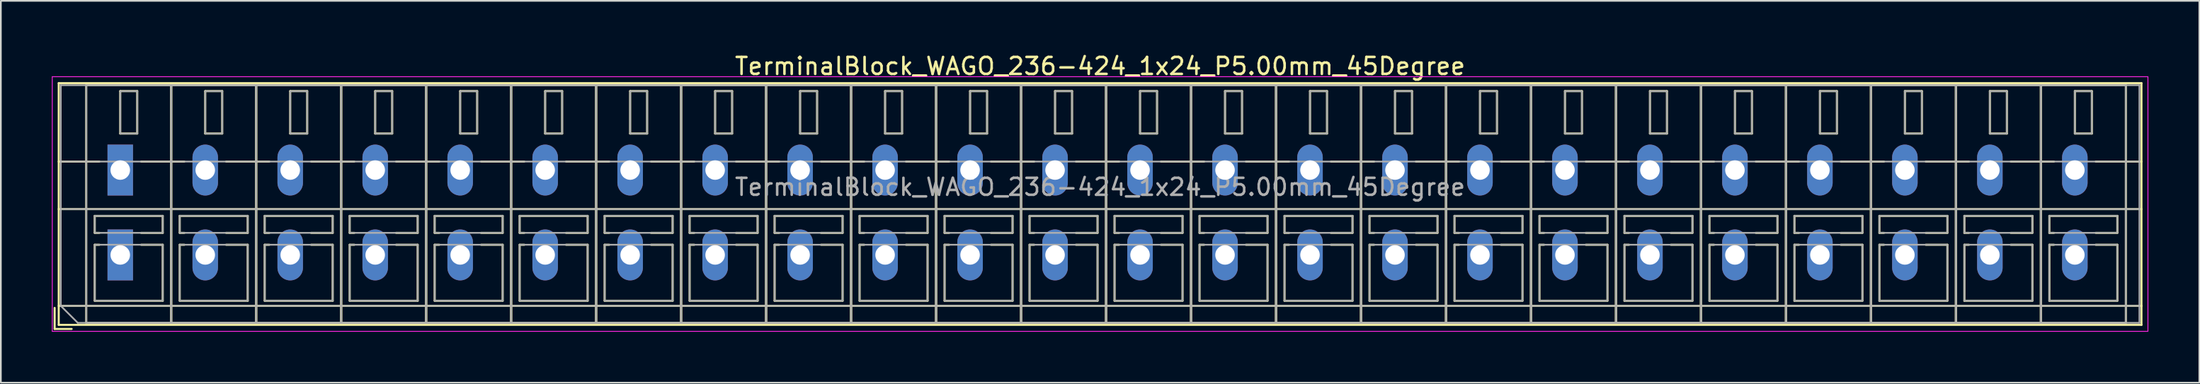
<source format=kicad_pcb>
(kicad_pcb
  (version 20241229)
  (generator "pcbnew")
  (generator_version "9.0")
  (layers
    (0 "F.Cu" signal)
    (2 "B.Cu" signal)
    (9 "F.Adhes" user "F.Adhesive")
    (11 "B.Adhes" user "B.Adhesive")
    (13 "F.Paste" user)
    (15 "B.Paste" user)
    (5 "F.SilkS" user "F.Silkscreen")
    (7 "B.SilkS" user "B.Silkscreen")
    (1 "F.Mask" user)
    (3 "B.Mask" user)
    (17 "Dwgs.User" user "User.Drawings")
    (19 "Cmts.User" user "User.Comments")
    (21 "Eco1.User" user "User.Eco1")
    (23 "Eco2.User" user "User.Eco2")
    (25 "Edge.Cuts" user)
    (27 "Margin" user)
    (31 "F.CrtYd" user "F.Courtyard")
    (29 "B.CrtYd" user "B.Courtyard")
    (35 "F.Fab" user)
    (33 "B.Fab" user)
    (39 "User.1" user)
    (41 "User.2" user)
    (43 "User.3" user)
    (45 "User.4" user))
  (footprint "TerminalBlock_WAGO_236-424_1x24_P5.00mm_45Degree"
    (layer "F.Cu")
    (at 4.025 6.968)
    (property "Reference" "TerminalBlock_WAGO_236-424_1x24_P5.00mm_45Degree" (at 57.65 -6.12 0) (layer "F.SilkS") (effects (font (size 1 1) (thickness 0.15))))
    (attr through_hole)
    (fp_line (start -3.86 8.12) (end -3.86 9.36) (stroke (width 0.12) (type solid)) (layer "F.SilkS"))
    (fp_line (start -3.86 9.36) (end -2.86 9.36) (stroke (width 0.12) (type solid)) (layer "F.SilkS"))
    (fp_line (start -3.62 -5.12) (end -3.62 9.12) (stroke (width 0.12) (type solid)) (layer "F.SilkS"))
    (fp_line (start -3.62 -5.12) (end 118.92 -5.12) (stroke (width 0.12) (type solid)) (layer "F.SilkS"))
    (fp_line (start -3.62 -0.5) (end -1.23 -0.5) (stroke (width 0.12) (type solid)) (layer "F.SilkS"))
    (fp_line (start -3.62 2.3) (end 118.92 2.3) (stroke (width 0.12) (type solid)) (layer "F.SilkS"))
    (fp_line (start -3.62 8) (end 118.92 8) (stroke (width 0.12) (type solid)) (layer "F.SilkS"))
    (fp_line (start -3.62 9.12) (end 118.92 9.12) (stroke (width 0.12) (type solid)) (layer "F.SilkS"))
    (fp_line (start -2 -5) (end -2 9) (stroke (width 0.12) (type solid)) (layer "F.SilkS"))
    (fp_line (start -2 -5) (end 3 -5) (stroke (width 0.12) (type solid)) (layer "F.SilkS"))
    (fp_line (start -2 9) (end 3 9) (stroke (width 0.12) (type solid)) (layer "F.SilkS"))
    (fp_line (start -1.5 2.7) (end -1.5 3.7) (stroke (width 0.12) (type solid)) (layer "F.SilkS"))
    (fp_line (start -1.5 2.7) (end 2.5 2.7) (stroke (width 0.12) (type solid)) (layer "F.SilkS"))
    (fp_line (start -1.5 3.7) (end -1.23 3.7) (stroke (width 0.12) (type solid)) (layer "F.SilkS"))
    (fp_line (start -1.5 4.4) (end -1.5 7.7) (stroke (width 0.12) (type solid)) (layer "F.SilkS"))
    (fp_line (start -1.5 4.4) (end -1.23 4.4) (stroke (width 0.12) (type solid)) (layer "F.SilkS"))
    (fp_line (start -1.5 7.7) (end 2.5 7.7) (stroke (width 0.12) (type solid)) (layer "F.SilkS"))
    (fp_line (start 0 -4.65) (end 0 -2.151) (stroke (width 0.12) (type solid)) (layer "F.SilkS"))
    (fp_line (start 0 -4.65) (end 1 -4.65) (stroke (width 0.12) (type solid)) (layer "F.SilkS"))
    (fp_line (start 0 -2.151) (end 1 -2.151) (stroke (width 0.12) (type solid)) (layer "F.SilkS"))
    (fp_line (start 1 -4.65) (end 1 -2.151) (stroke (width 0.12) (type solid)) (layer "F.SilkS"))
    (fp_line (start 1.23 -0.5) (end 3.77 -0.5) (stroke (width 0.12) (type solid)) (layer "F.SilkS"))
    (fp_line (start 1.23 3.7) (end 2.5 3.7) (stroke (width 0.12) (type solid)) (layer "F.SilkS"))
    (fp_line (start 1.23 4.4) (end 2.5 4.4) (stroke (width 0.12) (type solid)) (layer "F.SilkS"))
    (fp_line (start 2.5 2.7) (end 2.5 3.7) (stroke (width 0.12) (type solid)) (layer "F.SilkS"))
    (fp_line (start 2.5 4.4) (end 2.5 7.7) (stroke (width 0.12) (type solid)) (layer "F.SilkS"))
    (fp_line (start 3 -5) (end 3 9) (stroke (width 0.12) (type solid)) (layer "F.SilkS"))
    (fp_line (start 3 -5) (end 3 9) (stroke (width 0.12) (type solid)) (layer "F.SilkS"))
    (fp_line (start 3 -5) (end 8 -5) (stroke (width 0.12) (type solid)) (layer "F.SilkS"))
    (fp_line (start 3 9) (end 8 9) (stroke (width 0.12) (type solid)) (layer "F.SilkS"))
    (fp_line (start 3.5 2.7) (end 3.5 3.7) (stroke (width 0.12) (type solid)) (layer "F.SilkS"))
    (fp_line (start 3.5 2.7) (end 7.5 2.7) (stroke (width 0.12) (type solid)) (layer "F.SilkS"))
    (fp_line (start 3.5 3.7) (end 3.77 3.7) (stroke (width 0.12) (type solid)) (layer "F.SilkS"))
    (fp_line (start 3.5 4.4) (end 3.5 7.7) (stroke (width 0.12) (type solid)) (layer "F.SilkS"))
    (fp_line (start 3.5 4.4) (end 3.77 4.4) (stroke (width 0.12) (type solid)) (layer "F.SilkS"))
    (fp_line (start 3.5 7.7) (end 7.5 7.7) (stroke (width 0.12) (type solid)) (layer "F.SilkS"))
    (fp_line (start 5 -4.65) (end 5 -2.151) (stroke (width 0.12) (type solid)) (layer "F.SilkS"))
    (fp_line (start 5 -4.65) (end 6 -4.65) (stroke (width 0.12) (type solid)) (layer "F.SilkS"))
    (fp_line (start 5 -2.151) (end 6 -2.151) (stroke (width 0.12) (type solid)) (layer "F.SilkS"))
    (fp_line (start 6 -4.65) (end 6 -2.151) (stroke (width 0.12) (type solid)) (layer "F.SilkS"))
    (fp_line (start 6.23 -0.5) (end 8.77 -0.5) (stroke (width 0.12) (type solid)) (layer "F.SilkS"))
    (fp_line (start 6.23 3.7) (end 7.5 3.7) (stroke (width 0.12) (type solid)) (layer "F.SilkS"))
    (fp_line (start 6.23 4.4) (end 7.5 4.4) (stroke (width 0.12) (type solid)) (layer "F.SilkS"))
    (fp_line (start 7.5 2.7) (end 7.5 3.7) (stroke (width 0.12) (type solid)) (layer "F.SilkS"))
    (fp_line (start 7.5 4.4) (end 7.5 7.7) (stroke (width 0.12) (type solid)) (layer "F.SilkS"))
    (fp_line (start 8 -5) (end 8 9) (stroke (width 0.12) (type solid)) (layer "F.SilkS"))
    (fp_line (start 8 -5) (end 8 9) (stroke (width 0.12) (type solid)) (layer "F.SilkS"))
    (fp_line (start 8 -5) (end 13 -5) (stroke (width 0.12) (type solid)) (layer "F.SilkS"))
    (fp_line (start 8 9) (end 13 9) (stroke (width 0.12) (type solid)) (layer "F.SilkS"))
    (fp_line (start 8.5 2.7) (end 8.5 3.7) (stroke (width 0.12) (type solid)) (layer "F.SilkS"))
    (fp_line (start 8.5 2.7) (end 12.5 2.7) (stroke (width 0.12) (type solid)) (layer "F.SilkS"))
    (fp_line (start 8.5 3.7) (end 8.77 3.7) (stroke (width 0.12) (type solid)) (layer "F.SilkS"))
    (fp_line (start 8.5 4.4) (end 8.5 7.7) (stroke (width 0.12) (type solid)) (layer "F.SilkS"))
    (fp_line (start 8.5 4.4) (end 8.77 4.4) (stroke (width 0.12) (type solid)) (layer "F.SilkS"))
    (fp_line (start 8.5 7.7) (end 12.5 7.7) (stroke (width 0.12) (type solid)) (layer "F.SilkS"))
    (fp_line (start 10 -4.65) (end 10 -2.151) (stroke (width 0.12) (type solid)) (layer "F.SilkS"))
    (fp_line (start 10 -4.65) (end 11 -4.65) (stroke (width 0.12) (type solid)) (layer "F.SilkS"))
    (fp_line (start 10 -2.151) (end 11 -2.151) (stroke (width 0.12) (type solid)) (layer "F.SilkS"))
    (fp_line (start 11 -4.65) (end 11 -2.151) (stroke (width 0.12) (type solid)) (layer "F.SilkS"))
    (fp_line (start 11.23 -0.5) (end 13.77 -0.5) (stroke (width 0.12) (type solid)) (layer "F.SilkS"))
    (fp_line (start 11.23 3.7) (end 12.5 3.7) (stroke (width 0.12) (type solid)) (layer "F.SilkS"))
    (fp_line (start 11.23 4.4) (end 12.5 4.4) (stroke (width 0.12) (type solid)) (layer "F.SilkS"))
    (fp_line (start 12.5 2.7) (end 12.5 3.7) (stroke (width 0.12) (type solid)) (layer "F.SilkS"))
    (fp_line (start 12.5 4.4) (end 12.5 7.7) (stroke (width 0.12) (type solid)) (layer "F.SilkS"))
    (fp_line (start 13 -5) (end 13 9) (stroke (width 0.12) (type solid)) (layer "F.SilkS"))
    (fp_line (start 13 -5) (end 13 9) (stroke (width 0.12) (type solid)) (layer "F.SilkS"))
    (fp_line (start 13 -5) (end 18 -5) (stroke (width 0.12) (type solid)) (layer "F.SilkS"))
    (fp_line (start 13 9) (end 18 9) (stroke (width 0.12) (type solid)) (layer "F.SilkS"))
    (fp_line (start 13.5 2.7) (end 13.5 3.7) (stroke (width 0.12) (type solid)) (layer "F.SilkS"))
    (fp_line (start 13.5 2.7) (end 17.5 2.7) (stroke (width 0.12) (type solid)) (layer "F.SilkS"))
    (fp_line (start 13.5 3.7) (end 13.77 3.7) (stroke (width 0.12) (type solid)) (layer "F.SilkS"))
    (fp_line (start 13.5 4.4) (end 13.5 7.7) (stroke (width 0.12) (type solid)) (layer "F.SilkS"))
    (fp_line (start 13.5 4.4) (end 13.77 4.4) (stroke (width 0.12) (type solid)) (layer "F.SilkS"))
    (fp_line (start 13.5 7.7) (end 17.5 7.7) (stroke (width 0.12) (type solid)) (layer "F.SilkS"))
    (fp_line (start 15 -4.65) (end 15 -2.151) (stroke (width 0.12) (type solid)) (layer "F.SilkS"))
    (fp_line (start 15 -4.65) (end 16 -4.65) (stroke (width 0.12) (type solid)) (layer "F.SilkS"))
    (fp_line (start 15 -2.151) (end 16 -2.151) (stroke (width 0.12) (type solid)) (layer "F.SilkS"))
    (fp_line (start 16 -4.65) (end 16 -2.151) (stroke (width 0.12) (type solid)) (layer "F.SilkS"))
    (fp_line (start 16.23 -0.5) (end 18.77 -0.5) (stroke (width 0.12) (type solid)) (layer "F.SilkS"))
    (fp_line (start 16.23 3.7) (end 17.5 3.7) (stroke (width 0.12) (type solid)) (layer "F.SilkS"))
    (fp_line (start 16.23 4.4) (end 17.5 4.4) (stroke (width 0.12) (type solid)) (layer "F.SilkS"))
    (fp_line (start 17.5 2.7) (end 17.5 3.7) (stroke (width 0.12) (type solid)) (layer "F.SilkS"))
    (fp_line (start 17.5 4.4) (end 17.5 7.7) (stroke (width 0.12) (type solid)) (layer "F.SilkS"))
    (fp_line (start 18 -5) (end 18 9) (stroke (width 0.12) (type solid)) (layer "F.SilkS"))
    (fp_line (start 18 -5) (end 18 9) (stroke (width 0.12) (type solid)) (layer "F.SilkS"))
    (fp_line (start 18 -5) (end 23 -5) (stroke (width 0.12) (type solid)) (layer "F.SilkS"))
    (fp_line (start 18 9) (end 23 9) (stroke (width 0.12) (type solid)) (layer "F.SilkS"))
    (fp_line (start 18.5 2.7) (end 18.5 3.7) (stroke (width 0.12) (type solid)) (layer "F.SilkS"))
    (fp_line (start 18.5 2.7) (end 22.5 2.7) (stroke (width 0.12) (type solid)) (layer "F.SilkS"))
    (fp_line (start 18.5 3.7) (end 18.77 3.7) (stroke (width 0.12) (type solid)) (layer "F.SilkS"))
    (fp_line (start 18.5 4.4) (end 18.5 7.7) (stroke (width 0.12) (type solid)) (layer "F.SilkS"))
    (fp_line (start 18.5 4.4) (end 18.77 4.4) (stroke (width 0.12) (type solid)) (layer "F.SilkS"))
    (fp_line (start 18.5 7.7) (end 22.5 7.7) (stroke (width 0.12) (type solid)) (layer "F.SilkS"))
    (fp_line (start 20 -4.65) (end 20 -2.151) (stroke (width 0.12) (type solid)) (layer "F.SilkS"))
    (fp_line (start 20 -4.65) (end 21 -4.65) (stroke (width 0.12) (type solid)) (layer "F.SilkS"))
    (fp_line (start 20 -2.151) (end 21 -2.151) (stroke (width 0.12) (type solid)) (layer "F.SilkS"))
    (fp_line (start 21 -4.65) (end 21 -2.151) (stroke (width 0.12) (type solid)) (layer "F.SilkS"))
    (fp_line (start 21.23 -0.5) (end 23.77 -0.5) (stroke (width 0.12) (type solid)) (layer "F.SilkS"))
    (fp_line (start 21.23 3.7) (end 22.5 3.7) (stroke (width 0.12) (type solid)) (layer "F.SilkS"))
    (fp_line (start 21.23 4.4) (end 22.5 4.4) (stroke (width 0.12) (type solid)) (layer "F.SilkS"))
    (fp_line (start 22.5 2.7) (end 22.5 3.7) (stroke (width 0.12) (type solid)) (layer "F.SilkS"))
    (fp_line (start 22.5 4.4) (end 22.5 7.7) (stroke (width 0.12) (type solid)) (layer "F.SilkS"))
    (fp_line (start 23 -5) (end 23 9) (stroke (width 0.12) (type solid)) (layer "F.SilkS"))
    (fp_line (start 23 -5) (end 23 9) (stroke (width 0.12) (type solid)) (layer "F.SilkS"))
    (fp_line (start 23 -5) (end 28 -5) (stroke (width 0.12) (type solid)) (layer "F.SilkS"))
    (fp_line (start 23 9) (end 28 9) (stroke (width 0.12) (type solid)) (layer "F.SilkS"))
    (fp_line (start 23.5 2.7) (end 23.5 3.7) (stroke (width 0.12) (type solid)) (layer "F.SilkS"))
    (fp_line (start 23.5 2.7) (end 27.5 2.7) (stroke (width 0.12) (type solid)) (layer "F.SilkS"))
    (fp_line (start 23.5 3.7) (end 23.77 3.7) (stroke (width 0.12) (type solid)) (layer "F.SilkS"))
    (fp_line (start 23.5 4.4) (end 23.5 7.7) (stroke (width 0.12) (type solid)) (layer "F.SilkS"))
    (fp_line (start 23.5 4.4) (end 23.77 4.4) (stroke (width 0.12) (type solid)) (layer "F.SilkS"))
    (fp_line (start 23.5 7.7) (end 27.5 7.7) (stroke (width 0.12) (type solid)) (layer "F.SilkS"))
    (fp_line (start 25 -4.65) (end 25 -2.151) (stroke (width 0.12) (type solid)) (layer "F.SilkS"))
    (fp_line (start 25 -4.65) (end 26 -4.65) (stroke (width 0.12) (type solid)) (layer "F.SilkS"))
    (fp_line (start 25 -2.151) (end 26 -2.151) (stroke (width 0.12) (type solid)) (layer "F.SilkS"))
    (fp_line (start 26 -4.65) (end 26 -2.151) (stroke (width 0.12) (type solid)) (layer "F.SilkS"))
    (fp_line (start 26.23 -0.5) (end 28.77 -0.5) (stroke (width 0.12) (type solid)) (layer "F.SilkS"))
    (fp_line (start 26.23 3.7) (end 27.5 3.7) (stroke (width 0.12) (type solid)) (layer "F.SilkS"))
    (fp_line (start 26.23 4.4) (end 27.5 4.4) (stroke (width 0.12) (type solid)) (layer "F.SilkS"))
    (fp_line (start 27.5 2.7) (end 27.5 3.7) (stroke (width 0.12) (type solid)) (layer "F.SilkS"))
    (fp_line (start 27.5 4.4) (end 27.5 7.7) (stroke (width 0.12) (type solid)) (layer "F.SilkS"))
    (fp_line (start 28 -5) (end 28 9) (stroke (width 0.12) (type solid)) (layer "F.SilkS"))
    (fp_line (start 28 -5) (end 28 9) (stroke (width 0.12) (type solid)) (layer "F.SilkS"))
    (fp_line (start 28 -5) (end 33 -5) (stroke (width 0.12) (type solid)) (layer "F.SilkS"))
    (fp_line (start 28 9) (end 33 9) (stroke (width 0.12) (type solid)) (layer "F.SilkS"))
    (fp_line (start 28.5 2.7) (end 28.5 3.7) (stroke (width 0.12) (type solid)) (layer "F.SilkS"))
    (fp_line (start 28.5 2.7) (end 32.5 2.7) (stroke (width 0.12) (type solid)) (layer "F.SilkS"))
    (fp_line (start 28.5 3.7) (end 28.77 3.7) (stroke (width 0.12) (type solid)) (layer "F.SilkS"))
    (fp_line (start 28.5 4.4) (end 28.5 7.7) (stroke (width 0.12) (type solid)) (layer "F.SilkS"))
    (fp_line (start 28.5 4.4) (end 28.77 4.4) (stroke (width 0.12) (type solid)) (layer "F.SilkS"))
    (fp_line (start 28.5 7.7) (end 32.5 7.7) (stroke (width 0.12) (type solid)) (layer "F.SilkS"))
    (fp_line (start 30 -4.65) (end 30 -2.151) (stroke (width 0.12) (type solid)) (layer "F.SilkS"))
    (fp_line (start 30 -4.65) (end 31 -4.65) (stroke (width 0.12) (type solid)) (layer "F.SilkS"))
    (fp_line (start 30 -2.151) (end 31 -2.151) (stroke (width 0.12) (type solid)) (layer "F.SilkS"))
    (fp_line (start 31 -4.65) (end 31 -2.151) (stroke (width 0.12) (type solid)) (layer "F.SilkS"))
    (fp_line (start 31.23 -0.5) (end 33.77 -0.5) (stroke (width 0.12) (type solid)) (layer "F.SilkS"))
    (fp_line (start 31.23 3.7) (end 32.5 3.7) (stroke (width 0.12) (type solid)) (layer "F.SilkS"))
    (fp_line (start 31.23 4.4) (end 32.5 4.4) (stroke (width 0.12) (type solid)) (layer "F.SilkS"))
    (fp_line (start 32.5 2.7) (end 32.5 3.7) (stroke (width 0.12) (type solid)) (layer "F.SilkS"))
    (fp_line (start 32.5 4.4) (end 32.5 7.7) (stroke (width 0.12) (type solid)) (layer "F.SilkS"))
    (fp_line (start 33 -5) (end 33 9) (stroke (width 0.12) (type solid)) (layer "F.SilkS"))
    (fp_line (start 33 -5) (end 33 9) (stroke (width 0.12) (type solid)) (layer "F.SilkS"))
    (fp_line (start 33 -5) (end 38 -5) (stroke (width 0.12) (type solid)) (layer "F.SilkS"))
    (fp_line (start 33 9) (end 38 9) (stroke (width 0.12) (type solid)) (layer "F.SilkS"))
    (fp_line (start 33.5 2.7) (end 33.5 3.7) (stroke (width 0.12) (type solid)) (layer "F.SilkS"))
    (fp_line (start 33.5 2.7) (end 37.5 2.7) (stroke (width 0.12) (type solid)) (layer "F.SilkS"))
    (fp_line (start 33.5 3.7) (end 33.77 3.7) (stroke (width 0.12) (type solid)) (layer "F.SilkS"))
    (fp_line (start 33.5 4.4) (end 33.5 7.7) (stroke (width 0.12) (type solid)) (layer "F.SilkS"))
    (fp_line (start 33.5 4.4) (end 33.77 4.4) (stroke (width 0.12) (type solid)) (layer "F.SilkS"))
    (fp_line (start 33.5 7.7) (end 37.5 7.7) (stroke (width 0.12) (type solid)) (layer "F.SilkS"))
    (fp_line (start 35 -4.65) (end 35 -2.151) (stroke (width 0.12) (type solid)) (layer "F.SilkS"))
    (fp_line (start 35 -4.65) (end 36 -4.65) (stroke (width 0.12) (type solid)) (layer "F.SilkS"))
    (fp_line (start 35 -2.151) (end 36 -2.151) (stroke (width 0.12) (type solid)) (layer "F.SilkS"))
    (fp_line (start 36 -4.65) (end 36 -2.151) (stroke (width 0.12) (type solid)) (layer "F.SilkS"))
    (fp_line (start 36.23 -0.5) (end 38.77 -0.5) (stroke (width 0.12) (type solid)) (layer "F.SilkS"))
    (fp_line (start 36.23 3.7) (end 37.5 3.7) (stroke (width 0.12) (type solid)) (layer "F.SilkS"))
    (fp_line (start 36.23 4.4) (end 37.5 4.4) (stroke (width 0.12) (type solid)) (layer "F.SilkS"))
    (fp_line (start 37.5 2.7) (end 37.5 3.7) (stroke (width 0.12) (type solid)) (layer "F.SilkS"))
    (fp_line (start 37.5 4.4) (end 37.5 7.7) (stroke (width 0.12) (type solid)) (layer "F.SilkS"))
    (fp_line (start 38 -5) (end 38 9) (stroke (width 0.12) (type solid)) (layer "F.SilkS"))
    (fp_line (start 38 -5) (end 38 9) (stroke (width 0.12) (type solid)) (layer "F.SilkS"))
    (fp_line (start 38 -5) (end 43 -5) (stroke (width 0.12) (type solid)) (layer "F.SilkS"))
    (fp_line (start 38 9) (end 43 9) (stroke (width 0.12) (type solid)) (layer "F.SilkS"))
    (fp_line (start 38.5 2.7) (end 38.5 3.7) (stroke (width 0.12) (type solid)) (layer "F.SilkS"))
    (fp_line (start 38.5 2.7) (end 42.5 2.7) (stroke (width 0.12) (type solid)) (layer "F.SilkS"))
    (fp_line (start 38.5 3.7) (end 38.77 3.7) (stroke (width 0.12) (type solid)) (layer "F.SilkS"))
    (fp_line (start 38.5 4.4) (end 38.5 7.7) (stroke (width 0.12) (type solid)) (layer "F.SilkS"))
    (fp_line (start 38.5 4.4) (end 38.77 4.4) (stroke (width 0.12) (type solid)) (layer "F.SilkS"))
    (fp_line (start 38.5 7.7) (end 42.5 7.7) (stroke (width 0.12) (type solid)) (layer "F.SilkS"))
    (fp_line (start 40 -4.65) (end 40 -2.151) (stroke (width 0.12) (type solid)) (layer "F.SilkS"))
    (fp_line (start 40 -4.65) (end 41 -4.65) (stroke (width 0.12) (type solid)) (layer "F.SilkS"))
    (fp_line (start 40 -2.151) (end 41 -2.151) (stroke (width 0.12) (type solid)) (layer "F.SilkS"))
    (fp_line (start 41 -4.65) (end 41 -2.151) (stroke (width 0.12) (type solid)) (layer "F.SilkS"))
    (fp_line (start 41.23 -0.5) (end 43.77 -0.5) (stroke (width 0.12) (type solid)) (layer "F.SilkS"))
    (fp_line (start 41.23 3.7) (end 42.5 3.7) (stroke (width 0.12) (type solid)) (layer "F.SilkS"))
    (fp_line (start 41.23 4.4) (end 42.5 4.4) (stroke (width 0.12) (type solid)) (layer "F.SilkS"))
    (fp_line (start 42.5 2.7) (end 42.5 3.7) (stroke (width 0.12) (type solid)) (layer "F.SilkS"))
    (fp_line (start 42.5 4.4) (end 42.5 7.7) (stroke (width 0.12) (type solid)) (layer "F.SilkS"))
    (fp_line (start 43 -5) (end 43 9) (stroke (width 0.12) (type solid)) (layer "F.SilkS"))
    (fp_line (start 43 -5) (end 43 9) (stroke (width 0.12) (type solid)) (layer "F.SilkS"))
    (fp_line (start 43 -5) (end 48 -5) (stroke (width 0.12) (type solid)) (layer "F.SilkS"))
    (fp_line (start 43 9) (end 48 9) (stroke (width 0.12) (type solid)) (layer "F.SilkS"))
    (fp_line (start 43.5 2.7) (end 43.5 3.7) (stroke (width 0.12) (type solid)) (layer "F.SilkS"))
    (fp_line (start 43.5 2.7) (end 47.5 2.7) (stroke (width 0.12) (type solid)) (layer "F.SilkS"))
    (fp_line (start 43.5 3.7) (end 43.77 3.7) (stroke (width 0.12) (type solid)) (layer "F.SilkS"))
    (fp_line (start 43.5 4.4) (end 43.5 7.7) (stroke (width 0.12) (type solid)) (layer "F.SilkS"))
    (fp_line (start 43.5 4.4) (end 43.77 4.4) (stroke (width 0.12) (type solid)) (layer "F.SilkS"))
    (fp_line (start 43.5 7.7) (end 47.5 7.7) (stroke (width 0.12) (type solid)) (layer "F.SilkS"))
    (fp_line (start 45 -4.65) (end 45 -2.151) (stroke (width 0.12) (type solid)) (layer "F.SilkS"))
    (fp_line (start 45 -4.65) (end 46 -4.65) (stroke (width 0.12) (type solid)) (layer "F.SilkS"))
    (fp_line (start 45 -2.151) (end 46 -2.151) (stroke (width 0.12) (type solid)) (layer "F.SilkS"))
    (fp_line (start 46 -4.65) (end 46 -2.151) (stroke (width 0.12) (type solid)) (layer "F.SilkS"))
    (fp_line (start 46.23 -0.5) (end 48.77 -0.5) (stroke (width 0.12) (type solid)) (layer "F.SilkS"))
    (fp_line (start 46.23 3.7) (end 47.5 3.7) (stroke (width 0.12) (type solid)) (layer "F.SilkS"))
    (fp_line (start 46.23 4.4) (end 47.5 4.4) (stroke (width 0.12) (type solid)) (layer "F.SilkS"))
    (fp_line (start 47.5 2.7) (end 47.5 3.7) (stroke (width 0.12) (type solid)) (layer "F.SilkS"))
    (fp_line (start 47.5 4.4) (end 47.5 7.7) (stroke (width 0.12) (type solid)) (layer "F.SilkS"))
    (fp_line (start 48 -5) (end 48 9) (stroke (width 0.12) (type solid)) (layer "F.SilkS"))
    (fp_line (start 48 -5) (end 48 9) (stroke (width 0.12) (type solid)) (layer "F.SilkS"))
    (fp_line (start 48 -5) (end 53 -5) (stroke (width 0.12) (type solid)) (layer "F.SilkS"))
    (fp_line (start 48 9) (end 53 9) (stroke (width 0.12) (type solid)) (layer "F.SilkS"))
    (fp_line (start 48.5 2.7) (end 48.5 3.7) (stroke (width 0.12) (type solid)) (layer "F.SilkS"))
    (fp_line (start 48.5 2.7) (end 52.5 2.7) (stroke (width 0.12) (type solid)) (layer "F.SilkS"))
    (fp_line (start 48.5 3.7) (end 48.77 3.7) (stroke (width 0.12) (type solid)) (layer "F.SilkS"))
    (fp_line (start 48.5 4.4) (end 48.5 7.7) (stroke (width 0.12) (type solid)) (layer "F.SilkS"))
    (fp_line (start 48.5 4.4) (end 48.77 4.4) (stroke (width 0.12) (type solid)) (layer "F.SilkS"))
    (fp_line (start 48.5 7.7) (end 52.5 7.7) (stroke (width 0.12) (type solid)) (layer "F.SilkS"))
    (fp_line (start 50 -4.65) (end 50 -2.151) (stroke (width 0.12) (type solid)) (layer "F.SilkS"))
    (fp_line (start 50 -4.65) (end 51 -4.65) (stroke (width 0.12) (type solid)) (layer "F.SilkS"))
    (fp_line (start 50 -2.151) (end 51 -2.151) (stroke (width 0.12) (type solid)) (layer "F.SilkS"))
    (fp_line (start 51 -4.65) (end 51 -2.151) (stroke (width 0.12) (type solid)) (layer "F.SilkS"))
    (fp_line (start 51.23 -0.5) (end 53.77 -0.5) (stroke (width 0.12) (type solid)) (layer "F.SilkS"))
    (fp_line (start 51.23 3.7) (end 52.5 3.7) (stroke (width 0.12) (type solid)) (layer "F.SilkS"))
    (fp_line (start 51.23 4.4) (end 52.5 4.4) (stroke (width 0.12) (type solid)) (layer "F.SilkS"))
    (fp_line (start 52.5 2.7) (end 52.5 3.7) (stroke (width 0.12) (type solid)) (layer "F.SilkS"))
    (fp_line (start 52.5 4.4) (end 52.5 7.7) (stroke (width 0.12) (type solid)) (layer "F.SilkS"))
    (fp_line (start 53 -5) (end 53 9) (stroke (width 0.12) (type solid)) (layer "F.SilkS"))
    (fp_line (start 53 -5) (end 53 9) (stroke (width 0.12) (type solid)) (layer "F.SilkS"))
    (fp_line (start 53 -5) (end 58 -5) (stroke (width 0.12) (type solid)) (layer "F.SilkS"))
    (fp_line (start 53 9) (end 58 9) (stroke (width 0.12) (type solid)) (layer "F.SilkS"))
    (fp_line (start 53.5 2.7) (end 53.5 3.7) (stroke (width 0.12) (type solid)) (layer "F.SilkS"))
    (fp_line (start 53.5 2.7) (end 57.5 2.7) (stroke (width 0.12) (type solid)) (layer "F.SilkS"))
    (fp_line (start 53.5 3.7) (end 53.77 3.7) (stroke (width 0.12) (type solid)) (layer "F.SilkS"))
    (fp_line (start 53.5 4.4) (end 53.5 7.7) (stroke (width 0.12) (type solid)) (layer "F.SilkS"))
    (fp_line (start 53.5 4.4) (end 53.77 4.4) (stroke (width 0.12) (type solid)) (layer "F.SilkS"))
    (fp_line (start 53.5 7.7) (end 57.5 7.7) (stroke (width 0.12) (type solid)) (layer "F.SilkS"))
    (fp_line (start 55 -4.65) (end 55 -2.151) (stroke (width 0.12) (type solid)) (layer "F.SilkS"))
    (fp_line (start 55 -4.65) (end 56 -4.65) (stroke (width 0.12) (type solid)) (layer "F.SilkS"))
    (fp_line (start 55 -2.151) (end 56 -2.151) (stroke (width 0.12) (type solid)) (layer "F.SilkS"))
    (fp_line (start 56 -4.65) (end 56 -2.151) (stroke (width 0.12) (type solid)) (layer "F.SilkS"))
    (fp_line (start 56.23 -0.5) (end 58.77 -0.5) (stroke (width 0.12) (type solid)) (layer "F.SilkS"))
    (fp_line (start 56.23 3.7) (end 57.5 3.7) (stroke (width 0.12) (type solid)) (layer "F.SilkS"))
    (fp_line (start 56.23 4.4) (end 57.5 4.4) (stroke (width 0.12) (type solid)) (layer "F.SilkS"))
    (fp_line (start 57.5 2.7) (end 57.5 3.7) (stroke (width 0.12) (type solid)) (layer "F.SilkS"))
    (fp_line (start 57.5 4.4) (end 57.5 7.7) (stroke (width 0.12) (type solid)) (layer "F.SilkS"))
    (fp_line (start 58 -5) (end 58 9) (stroke (width 0.12) (type solid)) (layer "F.SilkS"))
    (fp_line (start 58 -5) (end 58 9) (stroke (width 0.12) (type solid)) (layer "F.SilkS"))
    (fp_line (start 58 -5) (end 63 -5) (stroke (width 0.12) (type solid)) (layer "F.SilkS"))
    (fp_line (start 58 9) (end 63 9) (stroke (width 0.12) (type solid)) (layer "F.SilkS"))
    (fp_line (start 58.5 2.7) (end 58.5 3.7) (stroke (width 0.12) (type solid)) (layer "F.SilkS"))
    (fp_line (start 58.5 2.7) (end 62.5 2.7) (stroke (width 0.12) (type solid)) (layer "F.SilkS"))
    (fp_line (start 58.5 3.7) (end 58.77 3.7) (stroke (width 0.12) (type solid)) (layer "F.SilkS"))
    (fp_line (start 58.5 4.4) (end 58.5 7.7) (stroke (width 0.12) (type solid)) (layer "F.SilkS"))
    (fp_line (start 58.5 4.4) (end 58.77 4.4) (stroke (width 0.12) (type solid)) (layer "F.SilkS"))
    (fp_line (start 58.5 7.7) (end 62.5 7.7) (stroke (width 0.12) (type solid)) (layer "F.SilkS"))
    (fp_line (start 60 -4.65) (end 60 -2.151) (stroke (width 0.12) (type solid)) (layer "F.SilkS"))
    (fp_line (start 60 -4.65) (end 61 -4.65) (stroke (width 0.12) (type solid)) (layer "F.SilkS"))
    (fp_line (start 60 -2.151) (end 61 -2.151) (stroke (width 0.12) (type solid)) (layer "F.SilkS"))
    (fp_line (start 61 -4.65) (end 61 -2.151) (stroke (width 0.12) (type solid)) (layer "F.SilkS"))
    (fp_line (start 61.23 -0.5) (end 63.77 -0.5) (stroke (width 0.12) (type solid)) (layer "F.SilkS"))
    (fp_line (start 61.23 3.7) (end 62.5 3.7) (stroke (width 0.12) (type solid)) (layer "F.SilkS"))
    (fp_line (start 61.23 4.4) (end 62.5 4.4) (stroke (width 0.12) (type solid)) (layer "F.SilkS"))
    (fp_line (start 62.5 2.7) (end 62.5 3.7) (stroke (width 0.12) (type solid)) (layer "F.SilkS"))
    (fp_line (start 62.5 4.4) (end 62.5 7.7) (stroke (width 0.12) (type solid)) (layer "F.SilkS"))
    (fp_line (start 63 -5) (end 63 9) (stroke (width 0.12) (type solid)) (layer "F.SilkS"))
    (fp_line (start 63 -5) (end 63 9) (stroke (width 0.12) (type solid)) (layer "F.SilkS"))
    (fp_line (start 63 -5) (end 68 -5) (stroke (width 0.12) (type solid)) (layer "F.SilkS"))
    (fp_line (start 63 9) (end 68 9) (stroke (width 0.12) (type solid)) (layer "F.SilkS"))
    (fp_line (start 63.5 2.7) (end 63.5 3.7) (stroke (width 0.12) (type solid)) (layer "F.SilkS"))
    (fp_line (start 63.5 2.7) (end 67.5 2.7) (stroke (width 0.12) (type solid)) (layer "F.SilkS"))
    (fp_line (start 63.5 3.7) (end 63.77 3.7) (stroke (width 0.12) (type solid)) (layer "F.SilkS"))
    (fp_line (start 63.5 4.4) (end 63.5 7.7) (stroke (width 0.12) (type solid)) (layer "F.SilkS"))
    (fp_line (start 63.5 4.4) (end 63.77 4.4) (stroke (width 0.12) (type solid)) (layer "F.SilkS"))
    (fp_line (start 63.5 7.7) (end 67.5 7.7) (stroke (width 0.12) (type solid)) (layer "F.SilkS"))
    (fp_line (start 65 -4.65) (end 65 -2.151) (stroke (width 0.12) (type solid)) (layer "F.SilkS"))
    (fp_line (start 65 -4.65) (end 66 -4.65) (stroke (width 0.12) (type solid)) (layer "F.SilkS"))
    (fp_line (start 65 -2.151) (end 66 -2.151) (stroke (width 0.12) (type solid)) (layer "F.SilkS"))
    (fp_line (start 66 -4.65) (end 66 -2.151) (stroke (width 0.12) (type solid)) (layer "F.SilkS"))
    (fp_line (start 66.23 -0.5) (end 68.77 -0.5) (stroke (width 0.12) (type solid)) (layer "F.SilkS"))
    (fp_line (start 66.23 3.7) (end 67.5 3.7) (stroke (width 0.12) (type solid)) (layer "F.SilkS"))
    (fp_line (start 66.23 4.4) (end 67.5 4.4) (stroke (width 0.12) (type solid)) (layer "F.SilkS"))
    (fp_line (start 67.5 2.7) (end 67.5 3.7) (stroke (width 0.12) (type solid)) (layer "F.SilkS"))
    (fp_line (start 67.5 4.4) (end 67.5 7.7) (stroke (width 0.12) (type solid)) (layer "F.SilkS"))
    (fp_line (start 68 -5) (end 68 9) (stroke (width 0.12) (type solid)) (layer "F.SilkS"))
    (fp_line (start 68 -5) (end 68 9) (stroke (width 0.12) (type solid)) (layer "F.SilkS"))
    (fp_line (start 68 -5) (end 73 -5) (stroke (width 0.12) (type solid)) (layer "F.SilkS"))
    (fp_line (start 68 9) (end 73 9) (stroke (width 0.12) (type solid)) (layer "F.SilkS"))
    (fp_line (start 68.5 2.7) (end 68.5 3.7) (stroke (width 0.12) (type solid)) (layer "F.SilkS"))
    (fp_line (start 68.5 2.7) (end 72.5 2.7) (stroke (width 0.12) (type solid)) (layer "F.SilkS"))
    (fp_line (start 68.5 3.7) (end 68.77 3.7) (stroke (width 0.12) (type solid)) (layer "F.SilkS"))
    (fp_line (start 68.5 4.4) (end 68.5 7.7) (stroke (width 0.12) (type solid)) (layer "F.SilkS"))
    (fp_line (start 68.5 4.4) (end 68.77 4.4) (stroke (width 0.12) (type solid)) (layer "F.SilkS"))
    (fp_line (start 68.5 7.7) (end 72.5 7.7) (stroke (width 0.12) (type solid)) (layer "F.SilkS"))
    (fp_line (start 70 -4.65) (end 70 -2.151) (stroke (width 0.12) (type solid)) (layer "F.SilkS"))
    (fp_line (start 70 -4.65) (end 71 -4.65) (stroke (width 0.12) (type solid)) (layer "F.SilkS"))
    (fp_line (start 70 -2.151) (end 71 -2.151) (stroke (width 0.12) (type solid)) (layer "F.SilkS"))
    (fp_line (start 71 -4.65) (end 71 -2.151) (stroke (width 0.12) (type solid)) (layer "F.SilkS"))
    (fp_line (start 71.23 -0.5) (end 73.77 -0.5) (stroke (width 0.12) (type solid)) (layer "F.SilkS"))
    (fp_line (start 71.23 3.7) (end 72.5 3.7) (stroke (width 0.12) (type solid)) (layer "F.SilkS"))
    (fp_line (start 71.23 4.4) (end 72.5 4.4) (stroke (width 0.12) (type solid)) (layer "F.SilkS"))
    (fp_line (start 72.5 2.7) (end 72.5 3.7) (stroke (width 0.12) (type solid)) (layer "F.SilkS"))
    (fp_line (start 72.5 4.4) (end 72.5 7.7) (stroke (width 0.12) (type solid)) (layer "F.SilkS"))
    (fp_line (start 73 -5) (end 73 9) (stroke (width 0.12) (type solid)) (layer "F.SilkS"))
    (fp_line (start 73 -5) (end 73 9) (stroke (width 0.12) (type solid)) (layer "F.SilkS"))
    (fp_line (start 73 -5) (end 78 -5) (stroke (width 0.12) (type solid)) (layer "F.SilkS"))
    (fp_line (start 73 9) (end 78 9) (stroke (width 0.12) (type solid)) (layer "F.SilkS"))
    (fp_line (start 73.5 2.7) (end 73.5 3.7) (stroke (width 0.12) (type solid)) (layer "F.SilkS"))
    (fp_line (start 73.5 2.7) (end 77.5 2.7) (stroke (width 0.12) (type solid)) (layer "F.SilkS"))
    (fp_line (start 73.5 3.7) (end 73.77 3.7) (stroke (width 0.12) (type solid)) (layer "F.SilkS"))
    (fp_line (start 73.5 4.4) (end 73.5 7.7) (stroke (width 0.12) (type solid)) (layer "F.SilkS"))
    (fp_line (start 73.5 4.4) (end 73.77 4.4) (stroke (width 0.12) (type solid)) (layer "F.SilkS"))
    (fp_line (start 73.5 7.7) (end 77.5 7.7) (stroke (width 0.12) (type solid)) (layer "F.SilkS"))
    (fp_line (start 75 -4.65) (end 75 -2.151) (stroke (width 0.12) (type solid)) (layer "F.SilkS"))
    (fp_line (start 75 -4.65) (end 76 -4.65) (stroke (width 0.12) (type solid)) (layer "F.SilkS"))
    (fp_line (start 75 -2.151) (end 76 -2.151) (stroke (width 0.12) (type solid)) (layer "F.SilkS"))
    (fp_line (start 76 -4.65) (end 76 -2.151) (stroke (width 0.12) (type solid)) (layer "F.SilkS"))
    (fp_line (start 76.23 -0.5) (end 78.77 -0.5) (stroke (width 0.12) (type solid)) (layer "F.SilkS"))
    (fp_line (start 76.23 3.7) (end 77.5 3.7) (stroke (width 0.12) (type solid)) (layer "F.SilkS"))
    (fp_line (start 76.23 4.4) (end 77.5 4.4) (stroke (width 0.12) (type solid)) (layer "F.SilkS"))
    (fp_line (start 77.5 2.7) (end 77.5 3.7) (stroke (width 0.12) (type solid)) (layer "F.SilkS"))
    (fp_line (start 77.5 4.4) (end 77.5 7.7) (stroke (width 0.12) (type solid)) (layer "F.SilkS"))
    (fp_line (start 78 -5) (end 78 9) (stroke (width 0.12) (type solid)) (layer "F.SilkS"))
    (fp_line (start 78 -5) (end 78 9) (stroke (width 0.12) (type solid)) (layer "F.SilkS"))
    (fp_line (start 78 -5) (end 83 -5) (stroke (width 0.12) (type solid)) (layer "F.SilkS"))
    (fp_line (start 78 9) (end 83 9) (stroke (width 0.12) (type solid)) (layer "F.SilkS"))
    (fp_line (start 78.5 2.7) (end 78.5 3.7) (stroke (width 0.12) (type solid)) (layer "F.SilkS"))
    (fp_line (start 78.5 2.7) (end 82.5 2.7) (stroke (width 0.12) (type solid)) (layer "F.SilkS"))
    (fp_line (start 78.5 3.7) (end 78.77 3.7) (stroke (width 0.12) (type solid)) (layer "F.SilkS"))
    (fp_line (start 78.5 4.4) (end 78.5 7.7) (stroke (width 0.12) (type solid)) (layer "F.SilkS"))
    (fp_line (start 78.5 4.4) (end 78.77 4.4) (stroke (width 0.12) (type solid)) (layer "F.SilkS"))
    (fp_line (start 78.5 7.7) (end 82.5 7.7) (stroke (width 0.12) (type solid)) (layer "F.SilkS"))
    (fp_line (start 80 -4.65) (end 80 -2.151) (stroke (width 0.12) (type solid)) (layer "F.SilkS"))
    (fp_line (start 80 -4.65) (end 81 -4.65) (stroke (width 0.12) (type solid)) (layer "F.SilkS"))
    (fp_line (start 80 -2.151) (end 81 -2.151) (stroke (width 0.12) (type solid)) (layer "F.SilkS"))
    (fp_line (start 81 -4.65) (end 81 -2.151) (stroke (width 0.12) (type solid)) (layer "F.SilkS"))
    (fp_line (start 81.23 -0.5) (end 83.77 -0.5) (stroke (width 0.12) (type solid)) (layer "F.SilkS"))
    (fp_line (start 81.23 3.7) (end 82.5 3.7) (stroke (width 0.12) (type solid)) (layer "F.SilkS"))
    (fp_line (start 81.23 4.4) (end 82.5 4.4) (stroke (width 0.12) (type solid)) (layer "F.SilkS"))
    (fp_line (start 82.5 2.7) (end 82.5 3.7) (stroke (width 0.12) (type solid)) (layer "F.SilkS"))
    (fp_line (start 82.5 4.4) (end 82.5 7.7) (stroke (width 0.12) (type solid)) (layer "F.SilkS"))
    (fp_line (start 83 -5) (end 83 9) (stroke (width 0.12) (type solid)) (layer "F.SilkS"))
    (fp_line (start 83 -5) (end 83 9) (stroke (width 0.12) (type solid)) (layer "F.SilkS"))
    (fp_line (start 83 -5) (end 88 -5) (stroke (width 0.12) (type solid)) (layer "F.SilkS"))
    (fp_line (start 83 9) (end 88 9) (stroke (width 0.12) (type solid)) (layer "F.SilkS"))
    (fp_line (start 83.5 2.7) (end 83.5 3.7) (stroke (width 0.12) (type solid)) (layer "F.SilkS"))
    (fp_line (start 83.5 2.7) (end 87.5 2.7) (stroke (width 0.12) (type solid)) (layer "F.SilkS"))
    (fp_line (start 83.5 3.7) (end 83.77 3.7) (stroke (width 0.12) (type solid)) (layer "F.SilkS"))
    (fp_line (start 83.5 4.4) (end 83.5 7.7) (stroke (width 0.12) (type solid)) (layer "F.SilkS"))
    (fp_line (start 83.5 4.4) (end 83.77 4.4) (stroke (width 0.12) (type solid)) (layer "F.SilkS"))
    (fp_line (start 83.5 7.7) (end 87.5 7.7) (stroke (width 0.12) (type solid)) (layer "F.SilkS"))
    (fp_line (start 85 -4.65) (end 85 -2.151) (stroke (width 0.12) (type solid)) (layer "F.SilkS"))
    (fp_line (start 85 -4.65) (end 86 -4.65) (stroke (width 0.12) (type solid)) (layer "F.SilkS"))
    (fp_line (start 85 -2.151) (end 86 -2.151) (stroke (width 0.12) (type solid)) (layer "F.SilkS"))
    (fp_line (start 86 -4.65) (end 86 -2.151) (stroke (width 0.12) (type solid)) (layer "F.SilkS"))
    (fp_line (start 86.23 -0.5) (end 88.77 -0.5) (stroke (width 0.12) (type solid)) (layer "F.SilkS"))
    (fp_line (start 86.23 3.7) (end 87.5 3.7) (stroke (width 0.12) (type solid)) (layer "F.SilkS"))
    (fp_line (start 86.23 4.4) (end 87.5 4.4) (stroke (width 0.12) (type solid)) (layer "F.SilkS"))
    (fp_line (start 87.5 2.7) (end 87.5 3.7) (stroke (width 0.12) (type solid)) (layer "F.SilkS"))
    (fp_line (start 87.5 4.4) (end 87.5 7.7) (stroke (width 0.12) (type solid)) (layer "F.SilkS"))
    (fp_line (start 88 -5) (end 88 9) (stroke (width 0.12) (type solid)) (layer "F.SilkS"))
    (fp_line (start 88 -5) (end 88 9) (stroke (width 0.12) (type solid)) (layer "F.SilkS"))
    (fp_line (start 88 -5) (end 93 -5) (stroke (width 0.12) (type solid)) (layer "F.SilkS"))
    (fp_line (start 88 9) (end 93 9) (stroke (width 0.12) (type solid)) (layer "F.SilkS"))
    (fp_line (start 88.5 2.7) (end 88.5 3.7) (stroke (width 0.12) (type solid)) (layer "F.SilkS"))
    (fp_line (start 88.5 2.7) (end 92.5 2.7) (stroke (width 0.12) (type solid)) (layer "F.SilkS"))
    (fp_line (start 88.5 3.7) (end 88.77 3.7) (stroke (width 0.12) (type solid)) (layer "F.SilkS"))
    (fp_line (start 88.5 4.4) (end 88.5 7.7) (stroke (width 0.12) (type solid)) (layer "F.SilkS"))
    (fp_line (start 88.5 4.4) (end 88.77 4.4) (stroke (width 0.12) (type solid)) (layer "F.SilkS"))
    (fp_line (start 88.5 7.7) (end 92.5 7.7) (stroke (width 0.12) (type solid)) (layer "F.SilkS"))
    (fp_line (start 90 -4.65) (end 90 -2.151) (stroke (width 0.12) (type solid)) (layer "F.SilkS"))
    (fp_line (start 90 -4.65) (end 91 -4.65) (stroke (width 0.12) (type solid)) (layer "F.SilkS"))
    (fp_line (start 90 -2.151) (end 91 -2.151) (stroke (width 0.12) (type solid)) (layer "F.SilkS"))
    (fp_line (start 91 -4.65) (end 91 -2.151) (stroke (width 0.12) (type solid)) (layer "F.SilkS"))
    (fp_line (start 91.23 -0.5) (end 93.77 -0.5) (stroke (width 0.12) (type solid)) (layer "F.SilkS"))
    (fp_line (start 91.23 3.7) (end 92.5 3.7) (stroke (width 0.12) (type solid)) (layer "F.SilkS"))
    (fp_line (start 91.23 4.4) (end 92.5 4.4) (stroke (width 0.12) (type solid)) (layer "F.SilkS"))
    (fp_line (start 92.5 2.7) (end 92.5 3.7) (stroke (width 0.12) (type solid)) (layer "F.SilkS"))
    (fp_line (start 92.5 4.4) (end 92.5 7.7) (stroke (width 0.12) (type solid)) (layer "F.SilkS"))
    (fp_line (start 93 -5) (end 93 9) (stroke (width 0.12) (type solid)) (layer "F.SilkS"))
    (fp_line (start 93 -5) (end 93 9) (stroke (width 0.12) (type solid)) (layer "F.SilkS"))
    (fp_line (start 93 -5) (end 98 -5) (stroke (width 0.12) (type solid)) (layer "F.SilkS"))
    (fp_line (start 93 9) (end 98 9) (stroke (width 0.12) (type solid)) (layer "F.SilkS"))
    (fp_line (start 93.5 2.7) (end 93.5 3.7) (stroke (width 0.12) (type solid)) (layer "F.SilkS"))
    (fp_line (start 93.5 2.7) (end 97.5 2.7) (stroke (width 0.12) (type solid)) (layer "F.SilkS"))
    (fp_line (start 93.5 3.7) (end 93.77 3.7) (stroke (width 0.12) (type solid)) (layer "F.SilkS"))
    (fp_line (start 93.5 4.4) (end 93.5 7.7) (stroke (width 0.12) (type solid)) (layer "F.SilkS"))
    (fp_line (start 93.5 4.4) (end 93.77 4.4) (stroke (width 0.12) (type solid)) (layer "F.SilkS"))
    (fp_line (start 93.5 7.7) (end 97.5 7.7) (stroke (width 0.12) (type solid)) (layer "F.SilkS"))
    (fp_line (start 95 -4.65) (end 95 -2.151) (stroke (width 0.12) (type solid)) (layer "F.SilkS"))
    (fp_line (start 95 -4.65) (end 96 -4.65) (stroke (width 0.12) (type solid)) (layer "F.SilkS"))
    (fp_line (start 95 -2.151) (end 96 -2.151) (stroke (width 0.12) (type solid)) (layer "F.SilkS"))
    (fp_line (start 96 -4.65) (end 96 -2.151) (stroke (width 0.12) (type solid)) (layer "F.SilkS"))
    (fp_line (start 96.23 -0.5) (end 98.77 -0.5) (stroke (width 0.12) (type solid)) (layer "F.SilkS"))
    (fp_line (start 96.23 3.7) (end 97.5 3.7) (stroke (width 0.12) (type solid)) (layer "F.SilkS"))
    (fp_line (start 96.23 4.4) (end 97.5 4.4) (stroke (width 0.12) (type solid)) (layer "F.SilkS"))
    (fp_line (start 97.5 2.7) (end 97.5 3.7) (stroke (width 0.12) (type solid)) (layer "F.SilkS"))
    (fp_line (start 97.5 4.4) (end 97.5 7.7) (stroke (width 0.12) (type solid)) (layer "F.SilkS"))
    (fp_line (start 98 -5) (end 98 9) (stroke (width 0.12) (type solid)) (layer "F.SilkS"))
    (fp_line (start 98 -5) (end 98 9) (stroke (width 0.12) (type solid)) (layer "F.SilkS"))
    (fp_line (start 98 -5) (end 103 -5) (stroke (width 0.12) (type solid)) (layer "F.SilkS"))
    (fp_line (start 98 9) (end 103 9) (stroke (width 0.12) (type solid)) (layer "F.SilkS"))
    (fp_line (start 98.5 2.7) (end 98.5 3.7) (stroke (width 0.12) (type solid)) (layer "F.SilkS"))
    (fp_line (start 98.5 2.7) (end 102.5 2.7) (stroke (width 0.12) (type solid)) (layer "F.SilkS"))
    (fp_line (start 98.5 3.7) (end 98.77 3.7) (stroke (width 0.12) (type solid)) (layer "F.SilkS"))
    (fp_line (start 98.5 4.4) (end 98.5 7.7) (stroke (width 0.12) (type solid)) (layer "F.SilkS"))
    (fp_line (start 98.5 4.4) (end 98.77 4.4) (stroke (width 0.12) (type solid)) (layer "F.SilkS"))
    (fp_line (start 98.5 7.7) (end 102.5 7.7) (stroke (width 0.12) (type solid)) (layer "F.SilkS"))
    (fp_line (start 100 -4.65) (end 100 -2.151) (stroke (width 0.12) (type solid)) (layer "F.SilkS"))
    (fp_line (start 100 -4.65) (end 101 -4.65) (stroke (width 0.12) (type solid)) (layer "F.SilkS"))
    (fp_line (start 100 -2.151) (end 101 -2.151) (stroke (width 0.12) (type solid)) (layer "F.SilkS"))
    (fp_line (start 101 -4.65) (end 101 -2.151) (stroke (width 0.12) (type solid)) (layer "F.SilkS"))
    (fp_line (start 101.23 -0.5) (end 103.77 -0.5) (stroke (width 0.12) (type solid)) (layer "F.SilkS"))
    (fp_line (start 101.23 3.7) (end 102.5 3.7) (stroke (width 0.12) (type solid)) (layer "F.SilkS"))
    (fp_line (start 101.23 4.4) (end 102.5 4.4) (stroke (width 0.12) (type solid)) (layer "F.SilkS"))
    (fp_line (start 102.5 2.7) (end 102.5 3.7) (stroke (width 0.12) (type solid)) (layer "F.SilkS"))
    (fp_line (start 102.5 4.4) (end 102.5 7.7) (stroke (width 0.12) (type solid)) (layer "F.SilkS"))
    (fp_line (start 103 -5) (end 103 9) (stroke (width 0.12) (type solid)) (layer "F.SilkS"))
    (fp_line (start 103 -5) (end 103 9) (stroke (width 0.12) (type solid)) (layer "F.SilkS"))
    (fp_line (start 103 -5) (end 108 -5) (stroke (width 0.12) (type solid)) (layer "F.SilkS"))
    (fp_line (start 103 9) (end 108 9) (stroke (width 0.12) (type solid)) (layer "F.SilkS"))
    (fp_line (start 103.5 2.7) (end 103.5 3.7) (stroke (width 0.12) (type solid)) (layer "F.SilkS"))
    (fp_line (start 103.5 2.7) (end 107.5 2.7) (stroke (width 0.12) (type solid)) (layer "F.SilkS"))
    (fp_line (start 103.5 3.7) (end 103.77 3.7) (stroke (width 0.12) (type solid)) (layer "F.SilkS"))
    (fp_line (start 103.5 4.4) (end 103.5 7.7) (stroke (width 0.12) (type solid)) (layer "F.SilkS"))
    (fp_line (start 103.5 4.4) (end 103.77 4.4) (stroke (width 0.12) (type solid)) (layer "F.SilkS"))
    (fp_line (start 103.5 7.7) (end 107.5 7.7) (stroke (width 0.12) (type solid)) (layer "F.SilkS"))
    (fp_line (start 105 -4.65) (end 105 -2.151) (stroke (width 0.12) (type solid)) (layer "F.SilkS"))
    (fp_line (start 105 -4.65) (end 106 -4.65) (stroke (width 0.12) (type solid)) (layer "F.SilkS"))
    (fp_line (start 105 -2.151) (end 106 -2.151) (stroke (width 0.12) (type solid)) (layer "F.SilkS"))
    (fp_line (start 106 -4.65) (end 106 -2.151) (stroke (width 0.12) (type solid)) (layer "F.SilkS"))
    (fp_line (start 106.23 -0.5) (end 108.77 -0.5) (stroke (width 0.12) (type solid)) (layer "F.SilkS"))
    (fp_line (start 106.23 3.7) (end 107.5 3.7) (stroke (width 0.12) (type solid)) (layer "F.SilkS"))
    (fp_line (start 106.23 4.4) (end 107.5 4.4) (stroke (width 0.12) (type solid)) (layer "F.SilkS"))
    (fp_line (start 107.5 2.7) (end 107.5 3.7) (stroke (width 0.12) (type solid)) (layer "F.SilkS"))
    (fp_line (start 107.5 4.4) (end 107.5 7.7) (stroke (width 0.12) (type solid)) (layer "F.SilkS"))
    (fp_line (start 108 -5) (end 108 9) (stroke (width 0.12) (type solid)) (layer "F.SilkS"))
    (fp_line (start 108 -5) (end 108 9) (stroke (width 0.12) (type solid)) (layer "F.SilkS"))
    (fp_line (start 108 -5) (end 113 -5) (stroke (width 0.12) (type solid)) (layer "F.SilkS"))
    (fp_line (start 108 9) (end 113 9) (stroke (width 0.12) (type solid)) (layer "F.SilkS"))
    (fp_line (start 108.5 2.7) (end 108.5 3.7) (stroke (width 0.12) (type solid)) (layer "F.SilkS"))
    (fp_line (start 108.5 2.7) (end 112.5 2.7) (stroke (width 0.12) (type solid)) (layer "F.SilkS"))
    (fp_line (start 108.5 3.7) (end 108.77 3.7) (stroke (width 0.12) (type solid)) (layer "F.SilkS"))
    (fp_line (start 108.5 4.4) (end 108.5 7.7) (stroke (width 0.12) (type solid)) (layer "F.SilkS"))
    (fp_line (start 108.5 4.4) (end 108.77 4.4) (stroke (width 0.12) (type solid)) (layer "F.SilkS"))
    (fp_line (start 108.5 7.7) (end 112.5 7.7) (stroke (width 0.12) (type solid)) (layer "F.SilkS"))
    (fp_line (start 110 -4.65) (end 110 -2.151) (stroke (width 0.12) (type solid)) (layer "F.SilkS"))
    (fp_line (start 110 -4.65) (end 111 -4.65) (stroke (width 0.12) (type solid)) (layer "F.SilkS"))
    (fp_line (start 110 -2.151) (end 111 -2.151) (stroke (width 0.12) (type solid)) (layer "F.SilkS"))
    (fp_line (start 111 -4.65) (end 111 -2.151) (stroke (width 0.12) (type solid)) (layer "F.SilkS"))
    (fp_line (start 111.23 -0.5) (end 113.77 -0.5) (stroke (width 0.12) (type solid)) (layer "F.SilkS"))
    (fp_line (start 111.23 3.7) (end 112.5 3.7) (stroke (width 0.12) (type solid)) (layer "F.SilkS"))
    (fp_line (start 111.23 4.4) (end 112.5 4.4) (stroke (width 0.12) (type solid)) (layer "F.SilkS"))
    (fp_line (start 112.5 2.7) (end 112.5 3.7) (stroke (width 0.12) (type solid)) (layer "F.SilkS"))
    (fp_line (start 112.5 4.4) (end 112.5 7.7) (stroke (width 0.12) (type solid)) (layer "F.SilkS"))
    (fp_line (start 113 -5) (end 113 9) (stroke (width 0.12) (type solid)) (layer "F.SilkS"))
    (fp_line (start 113 -5) (end 113 9) (stroke (width 0.12) (type solid)) (layer "F.SilkS"))
    (fp_line (start 113 -5) (end 118 -5) (stroke (width 0.12) (type solid)) (layer "F.SilkS"))
    (fp_line (start 113 9) (end 118 9) (stroke (width 0.12) (type solid)) (layer "F.SilkS"))
    (fp_line (start 113.5 2.7) (end 113.5 3.7) (stroke (width 0.12) (type solid)) (layer "F.SilkS"))
    (fp_line (start 113.5 2.7) (end 117.5 2.7) (stroke (width 0.12) (type solid)) (layer "F.SilkS"))
    (fp_line (start 113.5 3.7) (end 113.77 3.7) (stroke (width 0.12) (type solid)) (layer "F.SilkS"))
    (fp_line (start 113.5 4.4) (end 113.5 7.7) (stroke (width 0.12) (type solid)) (layer "F.SilkS"))
    (fp_line (start 113.5 4.4) (end 113.77 4.4) (stroke (width 0.12) (type solid)) (layer "F.SilkS"))
    (fp_line (start 113.5 7.7) (end 117.5 7.7) (stroke (width 0.12) (type solid)) (layer "F.SilkS"))
    (fp_line (start 115 -4.65) (end 115 -2.151) (stroke (width 0.12) (type solid)) (layer "F.SilkS"))
    (fp_line (start 115 -4.65) (end 116 -4.65) (stroke (width 0.12) (type solid)) (layer "F.SilkS"))
    (fp_line (start 115 -2.151) (end 116 -2.151) (stroke (width 0.12) (type solid)) (layer "F.SilkS"))
    (fp_line (start 116 -4.65) (end 116 -2.151) (stroke (width 0.12) (type solid)) (layer "F.SilkS"))
    (fp_line (start 116.23 -0.5) (end 118.92 -0.5) (stroke (width 0.12) (type solid)) (layer "F.SilkS"))
    (fp_line (start 116.23 3.7) (end 117.5 3.7) (stroke (width 0.12) (type solid)) (layer "F.SilkS"))
    (fp_line (start 116.23 4.4) (end 117.5 4.4) (stroke (width 0.12) (type solid)) (layer "F.SilkS"))
    (fp_line (start 117.5 2.7) (end 117.5 3.7) (stroke (width 0.12) (type solid)) (layer "F.SilkS"))
    (fp_line (start 117.5 4.4) (end 117.5 7.7) (stroke (width 0.12) (type solid)) (layer "F.SilkS"))
    (fp_line (start 118 -5) (end 118 9) (stroke (width 0.12) (type solid)) (layer "F.SilkS"))
    (fp_line (start 118.92 -5.12) (end 118.92 9.12) (stroke (width 0.12) (type solid)) (layer "F.SilkS"))
    (fp_line (start -4 -5.5) (end -4 9.5) (stroke (width 0.05) (type solid)) (layer "F.CrtYd"))
    (fp_line (start -4 9.5) (end 119.3 9.5) (stroke (width 0.05) (type solid)) (layer "F.CrtYd"))
    (fp_line (start 119.3 -5.5) (end -4 -5.5) (stroke (width 0.05) (type solid)) (layer "F.CrtYd"))
    (fp_line (start 119.3 9.5) (end 119.3 -5.5) (stroke (width 0.05) (type solid)) (layer "F.CrtYd"))
    (fp_line (start -3.5 -5) (end 118.8 -5) (stroke (width 0.1) (type solid)) (layer "F.Fab"))
    (fp_line (start -3.5 -0.5) (end 118.8 -0.5) (stroke (width 0.1) (type solid)) (layer "F.Fab"))
    (fp_line (start -3.5 2.3) (end 118.8 2.3) (stroke (width 0.1) (type solid)) (layer "F.Fab"))
    (fp_line (start -3.5 8) (end -3.5 -5) (stroke (width 0.1) (type solid)) (layer "F.Fab"))
    (fp_line (start -3.5 8) (end 118.8 8) (stroke (width 0.1) (type solid)) (layer "F.Fab"))
    (fp_line (start -2.5 9) (end -3.5 8) (stroke (width 0.1) (type solid)) (layer "F.Fab"))
    (fp_line (start -2 -5) (end -2 9) (stroke (width 0.1) (type solid)) (layer "F.Fab"))
    (fp_line (start -2 9) (end 3 9) (stroke (width 0.1) (type solid)) (layer "F.Fab"))
    (fp_line (start -1.5 2.7) (end -1.5 3.7) (stroke (width 0.1) (type solid)) (layer "F.Fab"))
    (fp_line (start -1.5 3.7) (end 2.5 3.7) (stroke (width 0.1) (type solid)) (layer "F.Fab"))
    (fp_line (start -1.5 4.4) (end -1.5 7.7) (stroke (width 0.1) (type solid)) (layer "F.Fab"))
    (fp_line (start -1.5 7.7) (end 2.5 7.7) (stroke (width 0.1) (type solid)) (layer "F.Fab"))
    (fp_line (start 0 -4.65) (end 0 -2.15) (stroke (width 0.1) (type solid)) (layer "F.Fab"))
    (fp_line (start 0 -2.15) (end 1 -2.15) (stroke (width 0.1) (type solid)) (layer "F.Fab"))
    (fp_line (start 1 -4.65) (end 0 -4.65) (stroke (width 0.1) (type solid)) (layer "F.Fab"))
    (fp_line (start 1 -2.15) (end 1 -4.65) (stroke (width 0.1) (type solid)) (layer "F.Fab"))
    (fp_line (start 2.5 2.7) (end -1.5 2.7) (stroke (width 0.1) (type solid)) (layer "F.Fab"))
    (fp_line (start 2.5 3.7) (end 2.5 2.7) (stroke (width 0.1) (type solid)) (layer "F.Fab"))
    (fp_line (start 2.5 4.4) (end -1.5 4.4) (stroke (width 0.1) (type solid)) (layer "F.Fab"))
    (fp_line (start 2.5 7.7) (end 2.5 4.4) (stroke (width 0.1) (type solid)) (layer "F.Fab"))
    (fp_line (start 3 -5) (end -2 -5) (stroke (width 0.1) (type solid)) (layer "F.Fab"))
    (fp_line (start 3 -5) (end 3 9) (stroke (width 0.1) (type solid)) (layer "F.Fab"))
    (fp_line (start 3 9) (end 3 -5) (stroke (width 0.1) (type solid)) (layer "F.Fab"))
    (fp_line (start 3 9) (end 8 9) (stroke (width 0.1) (type solid)) (layer "F.Fab"))
    (fp_line (start 3.5 2.7) (end 3.5 3.7) (stroke (width 0.1) (type solid)) (layer "F.Fab"))
    (fp_line (start 3.5 3.7) (end 7.5 3.7) (stroke (width 0.1) (type solid)) (layer "F.Fab"))
    (fp_line (start 3.5 4.4) (end 3.5 7.7) (stroke (width 0.1) (type solid)) (layer "F.Fab"))
    (fp_line (start 3.5 7.7) (end 7.5 7.7) (stroke (width 0.1) (type solid)) (layer "F.Fab"))
    (fp_line (start 5 -4.65) (end 5 -2.15) (stroke (width 0.1) (type solid)) (layer "F.Fab"))
    (fp_line (start 5 -2.15) (end 6 -2.15) (stroke (width 0.1) (type solid)) (layer "F.Fab"))
    (fp_line (start 6 -4.65) (end 5 -4.65) (stroke (width 0.1) (type solid)) (layer "F.Fab"))
    (fp_line (start 6 -2.15) (end 6 -4.65) (stroke (width 0.1) (type solid)) (layer "F.Fab"))
    (fp_line (start 7.5 2.7) (end 3.5 2.7) (stroke (width 0.1) (type solid)) (layer "F.Fab"))
    (fp_line (start 7.5 3.7) (end 7.5 2.7) (stroke (width 0.1) (type solid)) (layer "F.Fab"))
    (fp_line (start 7.5 4.4) (end 3.5 4.4) (stroke (width 0.1) (type solid)) (layer "F.Fab"))
    (fp_line (start 7.5 7.7) (end 7.5 4.4) (stroke (width 0.1) (type solid)) (layer "F.Fab"))
    (fp_line (start 8 -5) (end 3 -5) (stroke (width 0.1) (type solid)) (layer "F.Fab"))
    (fp_line (start 8 -5) (end 8 9) (stroke (width 0.1) (type solid)) (layer "F.Fab"))
    (fp_line (start 8 9) (end 8 -5) (stroke (width 0.1) (type solid)) (layer "F.Fab"))
    (fp_line (start 8 9) (end 13 9) (stroke (width 0.1) (type solid)) (layer "F.Fab"))
    (fp_line (start 8.5 2.7) (end 8.5 3.7) (stroke (width 0.1) (type solid)) (layer "F.Fab"))
    (fp_line (start 8.5 3.7) (end 12.5 3.7) (stroke (width 0.1) (type solid)) (layer "F.Fab"))
    (fp_line (start 8.5 4.4) (end 8.5 7.7) (stroke (width 0.1) (type solid)) (layer "F.Fab"))
    (fp_line (start 8.5 7.7) (end 12.5 7.7) (stroke (width 0.1) (type solid)) (layer "F.Fab"))
    (fp_line (start 10 -4.65) (end 10 -2.15) (stroke (width 0.1) (type solid)) (layer "F.Fab"))
    (fp_line (start 10 -2.15) (end 11 -2.15) (stroke (width 0.1) (type solid)) (layer "F.Fab"))
    (fp_line (start 11 -4.65) (end 10 -4.65) (stroke (width 0.1) (type solid)) (layer "F.Fab"))
    (fp_line (start 11 -2.15) (end 11 -4.65) (stroke (width 0.1) (type solid)) (layer "F.Fab"))
    (fp_line (start 12.5 2.7) (end 8.5 2.7) (stroke (width 0.1) (type solid)) (layer "F.Fab"))
    (fp_line (start 12.5 3.7) (end 12.5 2.7) (stroke (width 0.1) (type solid)) (layer "F.Fab"))
    (fp_line (start 12.5 4.4) (end 8.5 4.4) (stroke (width 0.1) (type solid)) (layer "F.Fab"))
    (fp_line (start 12.5 7.7) (end 12.5 4.4) (stroke (width 0.1) (type solid)) (layer "F.Fab"))
    (fp_line (start 13 -5) (end 8 -5) (stroke (width 0.1) (type solid)) (layer "F.Fab"))
    (fp_line (start 13 -5) (end 13 9) (stroke (width 0.1) (type solid)) (layer "F.Fab"))
    (fp_line (start 13 9) (end 13 -5) (stroke (width 0.1) (type solid)) (layer "F.Fab"))
    (fp_line (start 13 9) (end 18 9) (stroke (width 0.1) (type solid)) (layer "F.Fab"))
    (fp_line (start 13.5 2.7) (end 13.5 3.7) (stroke (width 0.1) (type solid)) (layer "F.Fab"))
    (fp_line (start 13.5 3.7) (end 17.5 3.7) (stroke (width 0.1) (type solid)) (layer "F.Fab"))
    (fp_line (start 13.5 4.4) (end 13.5 7.7) (stroke (width 0.1) (type solid)) (layer "F.Fab"))
    (fp_line (start 13.5 7.7) (end 17.5 7.7) (stroke (width 0.1) (type solid)) (layer "F.Fab"))
    (fp_line (start 15 -4.65) (end 15 -2.15) (stroke (width 0.1) (type solid)) (layer "F.Fab"))
    (fp_line (start 15 -2.15) (end 16 -2.15) (stroke (width 0.1) (type solid)) (layer "F.Fab"))
    (fp_line (start 16 -4.65) (end 15 -4.65) (stroke (width 0.1) (type solid)) (layer "F.Fab"))
    (fp_line (start 16 -2.15) (end 16 -4.65) (stroke (width 0.1) (type solid)) (layer "F.Fab"))
    (fp_line (start 17.5 2.7) (end 13.5 2.7) (stroke (width 0.1) (type solid)) (layer "F.Fab"))
    (fp_line (start 17.5 3.7) (end 17.5 2.7) (stroke (width 0.1) (type solid)) (layer "F.Fab"))
    (fp_line (start 17.5 4.4) (end 13.5 4.4) (stroke (width 0.1) (type solid)) (layer "F.Fab"))
    (fp_line (start 17.5 7.7) (end 17.5 4.4) (stroke (width 0.1) (type solid)) (layer "F.Fab"))
    (fp_line (start 18 -5) (end 13 -5) (stroke (width 0.1) (type solid)) (layer "F.Fab"))
    (fp_line (start 18 -5) (end 18 9) (stroke (width 0.1) (type solid)) (layer "F.Fab"))
    (fp_line (start 18 9) (end 18 -5) (stroke (width 0.1) (type solid)) (layer "F.Fab"))
    (fp_line (start 18 9) (end 23 9) (stroke (width 0.1) (type solid)) (layer "F.Fab"))
    (fp_line (start 18.5 2.7) (end 18.5 3.7) (stroke (width 0.1) (type solid)) (layer "F.Fab"))
    (fp_line (start 18.5 3.7) (end 22.5 3.7) (stroke (width 0.1) (type solid)) (layer "F.Fab"))
    (fp_line (start 18.5 4.4) (end 18.5 7.7) (stroke (width 0.1) (type solid)) (layer "F.Fab"))
    (fp_line (start 18.5 7.7) (end 22.5 7.7) (stroke (width 0.1) (type solid)) (layer "F.Fab"))
    (fp_line (start 20 -4.65) (end 20 -2.15) (stroke (width 0.1) (type solid)) (layer "F.Fab"))
    (fp_line (start 20 -2.15) (end 21 -2.15) (stroke (width 0.1) (type solid)) (layer "F.Fab"))
    (fp_line (start 21 -4.65) (end 20 -4.65) (stroke (width 0.1) (type solid)) (layer "F.Fab"))
    (fp_line (start 21 -2.15) (end 21 -4.65) (stroke (width 0.1) (type solid)) (layer "F.Fab"))
    (fp_line (start 22.5 2.7) (end 18.5 2.7) (stroke (width 0.1) (type solid)) (layer "F.Fab"))
    (fp_line (start 22.5 3.7) (end 22.5 2.7) (stroke (width 0.1) (type solid)) (layer "F.Fab"))
    (fp_line (start 22.5 4.4) (end 18.5 4.4) (stroke (width 0.1) (type solid)) (layer "F.Fab"))
    (fp_line (start 22.5 7.7) (end 22.5 4.4) (stroke (width 0.1) (type solid)) (layer "F.Fab"))
    (fp_line (start 23 -5) (end 18 -5) (stroke (width 0.1) (type solid)) (layer "F.Fab"))
    (fp_line (start 23 -5) (end 23 9) (stroke (width 0.1) (type solid)) (layer "F.Fab"))
    (fp_line (start 23 9) (end 23 -5) (stroke (width 0.1) (type solid)) (layer "F.Fab"))
    (fp_line (start 23 9) (end 28 9) (stroke (width 0.1) (type solid)) (layer "F.Fab"))
    (fp_line (start 23.5 2.7) (end 23.5 3.7) (stroke (width 0.1) (type solid)) (layer "F.Fab"))
    (fp_line (start 23.5 3.7) (end 27.5 3.7) (stroke (width 0.1) (type solid)) (layer "F.Fab"))
    (fp_line (start 23.5 4.4) (end 23.5 7.7) (stroke (width 0.1) (type solid)) (layer "F.Fab"))
    (fp_line (start 23.5 7.7) (end 27.5 7.7) (stroke (width 0.1) (type solid)) (layer "F.Fab"))
    (fp_line (start 25 -4.65) (end 25 -2.15) (stroke (width 0.1) (type solid)) (layer "F.Fab"))
    (fp_line (start 25 -2.15) (end 26 -2.15) (stroke (width 0.1) (type solid)) (layer "F.Fab"))
    (fp_line (start 26 -4.65) (end 25 -4.65) (stroke (width 0.1) (type solid)) (layer "F.Fab"))
    (fp_line (start 26 -2.15) (end 26 -4.65) (stroke (width 0.1) (type solid)) (layer "F.Fab"))
    (fp_line (start 27.5 2.7) (end 23.5 2.7) (stroke (width 0.1) (type solid)) (layer "F.Fab"))
    (fp_line (start 27.5 3.7) (end 27.5 2.7) (stroke (width 0.1) (type solid)) (layer "F.Fab"))
    (fp_line (start 27.5 4.4) (end 23.5 4.4) (stroke (width 0.1) (type solid)) (layer "F.Fab"))
    (fp_line (start 27.5 7.7) (end 27.5 4.4) (stroke (width 0.1) (type solid)) (layer "F.Fab"))
    (fp_line (start 28 -5) (end 23 -5) (stroke (width 0.1) (type solid)) (layer "F.Fab"))
    (fp_line (start 28 -5) (end 28 9) (stroke (width 0.1) (type solid)) (layer "F.Fab"))
    (fp_line (start 28 9) (end 28 -5) (stroke (width 0.1) (type solid)) (layer "F.Fab"))
    (fp_line (start 28 9) (end 33 9) (stroke (width 0.1) (type solid)) (layer "F.Fab"))
    (fp_line (start 28.5 2.7) (end 28.5 3.7) (stroke (width 0.1) (type solid)) (layer "F.Fab"))
    (fp_line (start 28.5 3.7) (end 32.5 3.7) (stroke (width 0.1) (type solid)) (layer "F.Fab"))
    (fp_line (start 28.5 4.4) (end 28.5 7.7) (stroke (width 0.1) (type solid)) (layer "F.Fab"))
    (fp_line (start 28.5 7.7) (end 32.5 7.7) (stroke (width 0.1) (type solid)) (layer "F.Fab"))
    (fp_line (start 30 -4.65) (end 30 -2.15) (stroke (width 0.1) (type solid)) (layer "F.Fab"))
    (fp_line (start 30 -2.15) (end 31 -2.15) (stroke (width 0.1) (type solid)) (layer "F.Fab"))
    (fp_line (start 31 -4.65) (end 30 -4.65) (stroke (width 0.1) (type solid)) (layer "F.Fab"))
    (fp_line (start 31 -2.15) (end 31 -4.65) (stroke (width 0.1) (type solid)) (layer "F.Fab"))
    (fp_line (start 32.5 2.7) (end 28.5 2.7) (stroke (width 0.1) (type solid)) (layer "F.Fab"))
    (fp_line (start 32.5 3.7) (end 32.5 2.7) (stroke (width 0.1) (type solid)) (layer "F.Fab"))
    (fp_line (start 32.5 4.4) (end 28.5 4.4) (stroke (width 0.1) (type solid)) (layer "F.Fab"))
    (fp_line (start 32.5 7.7) (end 32.5 4.4) (stroke (width 0.1) (type solid)) (layer "F.Fab"))
    (fp_line (start 33 -5) (end 28 -5) (stroke (width 0.1) (type solid)) (layer "F.Fab"))
    (fp_line (start 33 -5) (end 33 9) (stroke (width 0.1) (type solid)) (layer "F.Fab"))
    (fp_line (start 33 9) (end 33 -5) (stroke (width 0.1) (type solid)) (layer "F.Fab"))
    (fp_line (start 33 9) (end 38 9) (stroke (width 0.1) (type solid)) (layer "F.Fab"))
    (fp_line (start 33.5 2.7) (end 33.5 3.7) (stroke (width 0.1) (type solid)) (layer "F.Fab"))
    (fp_line (start 33.5 3.7) (end 37.5 3.7) (stroke (width 0.1) (type solid)) (layer "F.Fab"))
    (fp_line (start 33.5 4.4) (end 33.5 7.7) (stroke (width 0.1) (type solid)) (layer "F.Fab"))
    (fp_line (start 33.5 7.7) (end 37.5 7.7) (stroke (width 0.1) (type solid)) (layer "F.Fab"))
    (fp_line (start 35 -4.65) (end 35 -2.15) (stroke (width 0.1) (type solid)) (layer "F.Fab"))
    (fp_line (start 35 -2.15) (end 36 -2.15) (stroke (width 0.1) (type solid)) (layer "F.Fab"))
    (fp_line (start 36 -4.65) (end 35 -4.65) (stroke (width 0.1) (type solid)) (layer "F.Fab"))
    (fp_line (start 36 -2.15) (end 36 -4.65) (stroke (width 0.1) (type solid)) (layer "F.Fab"))
    (fp_line (start 37.5 2.7) (end 33.5 2.7) (stroke (width 0.1) (type solid)) (layer "F.Fab"))
    (fp_line (start 37.5 3.7) (end 37.5 2.7) (stroke (width 0.1) (type solid)) (layer "F.Fab"))
    (fp_line (start 37.5 4.4) (end 33.5 4.4) (stroke (width 0.1) (type solid)) (layer "F.Fab"))
    (fp_line (start 37.5 7.7) (end 37.5 4.4) (stroke (width 0.1) (type solid)) (layer "F.Fab"))
    (fp_line (start 38 -5) (end 33 -5) (stroke (width 0.1) (type solid)) (layer "F.Fab"))
    (fp_line (start 38 -5) (end 38 9) (stroke (width 0.1) (type solid)) (layer "F.Fab"))
    (fp_line (start 38 9) (end 38 -5) (stroke (width 0.1) (type solid)) (layer "F.Fab"))
    (fp_line (start 38 9) (end 43 9) (stroke (width 0.1) (type solid)) (layer "F.Fab"))
    (fp_line (start 38.5 2.7) (end 38.5 3.7) (stroke (width 0.1) (type solid)) (layer "F.Fab"))
    (fp_line (start 38.5 3.7) (end 42.5 3.7) (stroke (width 0.1) (type solid)) (layer "F.Fab"))
    (fp_line (start 38.5 4.4) (end 38.5 7.7) (stroke (width 0.1) (type solid)) (layer "F.Fab"))
    (fp_line (start 38.5 7.7) (end 42.5 7.7) (stroke (width 0.1) (type solid)) (layer "F.Fab"))
    (fp_line (start 40 -4.65) (end 40 -2.15) (stroke (width 0.1) (type solid)) (layer "F.Fab"))
    (fp_line (start 40 -2.15) (end 41 -2.15) (stroke (width 0.1) (type solid)) (layer "F.Fab"))
    (fp_line (start 41 -4.65) (end 40 -4.65) (stroke (width 0.1) (type solid)) (layer "F.Fab"))
    (fp_line (start 41 -2.15) (end 41 -4.65) (stroke (width 0.1) (type solid)) (layer "F.Fab"))
    (fp_line (start 42.5 2.7) (end 38.5 2.7) (stroke (width 0.1) (type solid)) (layer "F.Fab"))
    (fp_line (start 42.5 3.7) (end 42.5 2.7) (stroke (width 0.1) (type solid)) (layer "F.Fab"))
    (fp_line (start 42.5 4.4) (end 38.5 4.4) (stroke (width 0.1) (type solid)) (layer "F.Fab"))
    (fp_line (start 42.5 7.7) (end 42.5 4.4) (stroke (width 0.1) (type solid)) (layer "F.Fab"))
    (fp_line (start 43 -5) (end 38 -5) (stroke (width 0.1) (type solid)) (layer "F.Fab"))
    (fp_line (start 43 -5) (end 43 9) (stroke (width 0.1) (type solid)) (layer "F.Fab"))
    (fp_line (start 43 9) (end 43 -5) (stroke (width 0.1) (type solid)) (layer "F.Fab"))
    (fp_line (start 43 9) (end 48 9) (stroke (width 0.1) (type solid)) (layer "F.Fab"))
    (fp_line (start 43.5 2.7) (end 43.5 3.7) (stroke (width 0.1) (type solid)) (layer "F.Fab"))
    (fp_line (start 43.5 3.7) (end 47.5 3.7) (stroke (width 0.1) (type solid)) (layer "F.Fab"))
    (fp_line (start 43.5 4.4) (end 43.5 7.7) (stroke (width 0.1) (type solid)) (layer "F.Fab"))
    (fp_line (start 43.5 7.7) (end 47.5 7.7) (stroke (width 0.1) (type solid)) (layer "F.Fab"))
    (fp_line (start 45 -4.65) (end 45 -2.15) (stroke (width 0.1) (type solid)) (layer "F.Fab"))
    (fp_line (start 45 -2.15) (end 46 -2.15) (stroke (width 0.1) (type solid)) (layer "F.Fab"))
    (fp_line (start 46 -4.65) (end 45 -4.65) (stroke (width 0.1) (type solid)) (layer "F.Fab"))
    (fp_line (start 46 -2.15) (end 46 -4.65) (stroke (width 0.1) (type solid)) (layer "F.Fab"))
    (fp_line (start 47.5 2.7) (end 43.5 2.7) (stroke (width 0.1) (type solid)) (layer "F.Fab"))
    (fp_line (start 47.5 3.7) (end 47.5 2.7) (stroke (width 0.1) (type solid)) (layer "F.Fab"))
    (fp_line (start 47.5 4.4) (end 43.5 4.4) (stroke (width 0.1) (type solid)) (layer "F.Fab"))
    (fp_line (start 47.5 7.7) (end 47.5 4.4) (stroke (width 0.1) (type solid)) (layer "F.Fab"))
    (fp_line (start 48 -5) (end 43 -5) (stroke (width 0.1) (type solid)) (layer "F.Fab"))
    (fp_line (start 48 -5) (end 48 9) (stroke (width 0.1) (type solid)) (layer "F.Fab"))
    (fp_line (start 48 9) (end 48 -5) (stroke (width 0.1) (type solid)) (layer "F.Fab"))
    (fp_line (start 48 9) (end 53 9) (stroke (width 0.1) (type solid)) (layer "F.Fab"))
    (fp_line (start 48.5 2.7) (end 48.5 3.7) (stroke (width 0.1) (type solid)) (layer "F.Fab"))
    (fp_line (start 48.5 3.7) (end 52.5 3.7) (stroke (width 0.1) (type solid)) (layer "F.Fab"))
    (fp_line (start 48.5 4.4) (end 48.5 7.7) (stroke (width 0.1) (type solid)) (layer "F.Fab"))
    (fp_line (start 48.5 7.7) (end 52.5 7.7) (stroke (width 0.1) (type solid)) (layer "F.Fab"))
    (fp_line (start 50 -4.65) (end 50 -2.15) (stroke (width 0.1) (type solid)) (layer "F.Fab"))
    (fp_line (start 50 -2.15) (end 51 -2.15) (stroke (width 0.1) (type solid)) (layer "F.Fab"))
    (fp_line (start 51 -4.65) (end 50 -4.65) (stroke (width 0.1) (type solid)) (layer "F.Fab"))
    (fp_line (start 51 -2.15) (end 51 -4.65) (stroke (width 0.1) (type solid)) (layer "F.Fab"))
    (fp_line (start 52.5 2.7) (end 48.5 2.7) (stroke (width 0.1) (type solid)) (layer "F.Fab"))
    (fp_line (start 52.5 3.7) (end 52.5 2.7) (stroke (width 0.1) (type solid)) (layer "F.Fab"))
    (fp_line (start 52.5 4.4) (end 48.5 4.4) (stroke (width 0.1) (type solid)) (layer "F.Fab"))
    (fp_line (start 52.5 7.7) (end 52.5 4.4) (stroke (width 0.1) (type solid)) (layer "F.Fab"))
    (fp_line (start 53 -5) (end 48 -5) (stroke (width 0.1) (type solid)) (layer "F.Fab"))
    (fp_line (start 53 -5) (end 53 9) (stroke (width 0.1) (type solid)) (layer "F.Fab"))
    (fp_line (start 53 9) (end 53 -5) (stroke (width 0.1) (type solid)) (layer "F.Fab"))
    (fp_line (start 53 9) (end 58 9) (stroke (width 0.1) (type solid)) (layer "F.Fab"))
    (fp_line (start 53.5 2.7) (end 53.5 3.7) (stroke (width 0.1) (type solid)) (layer "F.Fab"))
    (fp_line (start 53.5 3.7) (end 57.5 3.7) (stroke (width 0.1) (type solid)) (layer "F.Fab"))
    (fp_line (start 53.5 4.4) (end 53.5 7.7) (stroke (width 0.1) (type solid)) (layer "F.Fab"))
    (fp_line (start 53.5 7.7) (end 57.5 7.7) (stroke (width 0.1) (type solid)) (layer "F.Fab"))
    (fp_line (start 55 -4.65) (end 55 -2.15) (stroke (width 0.1) (type solid)) (layer "F.Fab"))
    (fp_line (start 55 -2.15) (end 56 -2.15) (stroke (width 0.1) (type solid)) (layer "F.Fab"))
    (fp_line (start 56 -4.65) (end 55 -4.65) (stroke (width 0.1) (type solid)) (layer "F.Fab"))
    (fp_line (start 56 -2.15) (end 56 -4.65) (stroke (width 0.1) (type solid)) (layer "F.Fab"))
    (fp_line (start 57.5 2.7) (end 53.5 2.7) (stroke (width 0.1) (type solid)) (layer "F.Fab"))
    (fp_line (start 57.5 3.7) (end 57.5 2.7) (stroke (width 0.1) (type solid)) (layer "F.Fab"))
    (fp_line (start 57.5 4.4) (end 53.5 4.4) (stroke (width 0.1) (type solid)) (layer "F.Fab"))
    (fp_line (start 57.5 7.7) (end 57.5 4.4) (stroke (width 0.1) (type solid)) (layer "F.Fab"))
    (fp_line (start 58 -5) (end 53 -5) (stroke (width 0.1) (type solid)) (layer "F.Fab"))
    (fp_line (start 58 -5) (end 58 9) (stroke (width 0.1) (type solid)) (layer "F.Fab"))
    (fp_line (start 58 9) (end 58 -5) (stroke (width 0.1) (type solid)) (layer "F.Fab"))
    (fp_line (start 58 9) (end 63 9) (stroke (width 0.1) (type solid)) (layer "F.Fab"))
    (fp_line (start 58.5 2.7) (end 58.5 3.7) (stroke (width 0.1) (type solid)) (layer "F.Fab"))
    (fp_line (start 58.5 3.7) (end 62.5 3.7) (stroke (width 0.1) (type solid)) (layer "F.Fab"))
    (fp_line (start 58.5 4.4) (end 58.5 7.7) (stroke (width 0.1) (type solid)) (layer "F.Fab"))
    (fp_line (start 58.5 7.7) (end 62.5 7.7) (stroke (width 0.1) (type solid)) (layer "F.Fab"))
    (fp_line (start 60 -4.65) (end 60 -2.15) (stroke (width 0.1) (type solid)) (layer "F.Fab"))
    (fp_line (start 60 -2.15) (end 61 -2.15) (stroke (width 0.1) (type solid)) (layer "F.Fab"))
    (fp_line (start 61 -4.65) (end 60 -4.65) (stroke (width 0.1) (type solid)) (layer "F.Fab"))
    (fp_line (start 61 -2.15) (end 61 -4.65) (stroke (width 0.1) (type solid)) (layer "F.Fab"))
    (fp_line (start 62.5 2.7) (end 58.5 2.7) (stroke (width 0.1) (type solid)) (layer "F.Fab"))
    (fp_line (start 62.5 3.7) (end 62.5 2.7) (stroke (width 0.1) (type solid)) (layer "F.Fab"))
    (fp_line (start 62.5 4.4) (end 58.5 4.4) (stroke (width 0.1) (type solid)) (layer "F.Fab"))
    (fp_line (start 62.5 7.7) (end 62.5 4.4) (stroke (width 0.1) (type solid)) (layer "F.Fab"))
    (fp_line (start 63 -5) (end 58 -5) (stroke (width 0.1) (type solid)) (layer "F.Fab"))
    (fp_line (start 63 -5) (end 63 9) (stroke (width 0.1) (type solid)) (layer "F.Fab"))
    (fp_line (start 63 9) (end 63 -5) (stroke (width 0.1) (type solid)) (layer "F.Fab"))
    (fp_line (start 63 9) (end 68 9) (stroke (width 0.1) (type solid)) (layer "F.Fab"))
    (fp_line (start 63.5 2.7) (end 63.5 3.7) (stroke (width 0.1) (type solid)) (layer "F.Fab"))
    (fp_line (start 63.5 3.7) (end 67.5 3.7) (stroke (width 0.1) (type solid)) (layer "F.Fab"))
    (fp_line (start 63.5 4.4) (end 63.5 7.7) (stroke (width 0.1) (type solid)) (layer "F.Fab"))
    (fp_line (start 63.5 7.7) (end 67.5 7.7) (stroke (width 0.1) (type solid)) (layer "F.Fab"))
    (fp_line (start 65 -4.65) (end 65 -2.15) (stroke (width 0.1) (type solid)) (layer "F.Fab"))
    (fp_line (start 65 -2.15) (end 66 -2.15) (stroke (width 0.1) (type solid)) (layer "F.Fab"))
    (fp_line (start 66 -4.65) (end 65 -4.65) (stroke (width 0.1) (type solid)) (layer "F.Fab"))
    (fp_line (start 66 -2.15) (end 66 -4.65) (stroke (width 0.1) (type solid)) (layer "F.Fab"))
    (fp_line (start 67.5 2.7) (end 63.5 2.7) (stroke (width 0.1) (type solid)) (layer "F.Fab"))
    (fp_line (start 67.5 3.7) (end 67.5 2.7) (stroke (width 0.1) (type solid)) (layer "F.Fab"))
    (fp_line (start 67.5 4.4) (end 63.5 4.4) (stroke (width 0.1) (type solid)) (layer "F.Fab"))
    (fp_line (start 67.5 7.7) (end 67.5 4.4) (stroke (width 0.1) (type solid)) (layer "F.Fab"))
    (fp_line (start 68 -5) (end 63 -5) (stroke (width 0.1) (type solid)) (layer "F.Fab"))
    (fp_line (start 68 -5) (end 68 9) (stroke (width 0.1) (type solid)) (layer "F.Fab"))
    (fp_line (start 68 9) (end 68 -5) (stroke (width 0.1) (type solid)) (layer "F.Fab"))
    (fp_line (start 68 9) (end 73 9) (stroke (width 0.1) (type solid)) (layer "F.Fab"))
    (fp_line (start 68.5 2.7) (end 68.5 3.7) (stroke (width 0.1) (type solid)) (layer "F.Fab"))
    (fp_line (start 68.5 3.7) (end 72.5 3.7) (stroke (width 0.1) (type solid)) (layer "F.Fab"))
    (fp_line (start 68.5 4.4) (end 68.5 7.7) (stroke (width 0.1) (type solid)) (layer "F.Fab"))
    (fp_line (start 68.5 7.7) (end 72.5 7.7) (stroke (width 0.1) (type solid)) (layer "F.Fab"))
    (fp_line (start 70 -4.65) (end 70 -2.15) (stroke (width 0.1) (type solid)) (layer "F.Fab"))
    (fp_line (start 70 -2.15) (end 71 -2.15) (stroke (width 0.1) (type solid)) (layer "F.Fab"))
    (fp_line (start 71 -4.65) (end 70 -4.65) (stroke (width 0.1) (type solid)) (layer "F.Fab"))
    (fp_line (start 71 -2.15) (end 71 -4.65) (stroke (width 0.1) (type solid)) (layer "F.Fab"))
    (fp_line (start 72.5 2.7) (end 68.5 2.7) (stroke (width 0.1) (type solid)) (layer "F.Fab"))
    (fp_line (start 72.5 3.7) (end 72.5 2.7) (stroke (width 0.1) (type solid)) (layer "F.Fab"))
    (fp_line (start 72.5 4.4) (end 68.5 4.4) (stroke (width 0.1) (type solid)) (layer "F.Fab"))
    (fp_line (start 72.5 7.7) (end 72.5 4.4) (stroke (width 0.1) (type solid)) (layer "F.Fab"))
    (fp_line (start 73 -5) (end 68 -5) (stroke (width 0.1) (type solid)) (layer "F.Fab"))
    (fp_line (start 73 -5) (end 73 9) (stroke (width 0.1) (type solid)) (layer "F.Fab"))
    (fp_line (start 73 9) (end 73 -5) (stroke (width 0.1) (type solid)) (layer "F.Fab"))
    (fp_line (start 73 9) (end 78 9) (stroke (width 0.1) (type solid)) (layer "F.Fab"))
    (fp_line (start 73.5 2.7) (end 73.5 3.7) (stroke (width 0.1) (type solid)) (layer "F.Fab"))
    (fp_line (start 73.5 3.7) (end 77.5 3.7) (stroke (width 0.1) (type solid)) (layer "F.Fab"))
    (fp_line (start 73.5 4.4) (end 73.5 7.7) (stroke (width 0.1) (type solid)) (layer "F.Fab"))
    (fp_line (start 73.5 7.7) (end 77.5 7.7) (stroke (width 0.1) (type solid)) (layer "F.Fab"))
    (fp_line (start 75 -4.65) (end 75 -2.15) (stroke (width 0.1) (type solid)) (layer "F.Fab"))
    (fp_line (start 75 -2.15) (end 76 -2.15) (stroke (width 0.1) (type solid)) (layer "F.Fab"))
    (fp_line (start 76 -4.65) (end 75 -4.65) (stroke (width 0.1) (type solid)) (layer "F.Fab"))
    (fp_line (start 76 -2.15) (end 76 -4.65) (stroke (width 0.1) (type solid)) (layer "F.Fab"))
    (fp_line (start 77.5 2.7) (end 73.5 2.7) (stroke (width 0.1) (type solid)) (layer "F.Fab"))
    (fp_line (start 77.5 3.7) (end 77.5 2.7) (stroke (width 0.1) (type solid)) (layer "F.Fab"))
    (fp_line (start 77.5 4.4) (end 73.5 4.4) (stroke (width 0.1) (type solid)) (layer "F.Fab"))
    (fp_line (start 77.5 7.7) (end 77.5 4.4) (stroke (width 0.1) (type solid)) (layer "F.Fab"))
    (fp_line (start 78 -5) (end 73 -5) (stroke (width 0.1) (type solid)) (layer "F.Fab"))
    (fp_line (start 78 -5) (end 78 9) (stroke (width 0.1) (type solid)) (layer "F.Fab"))
    (fp_line (start 78 9) (end 78 -5) (stroke (width 0.1) (type solid)) (layer "F.Fab"))
    (fp_line (start 78 9) (end 83 9) (stroke (width 0.1) (type solid)) (layer "F.Fab"))
    (fp_line (start 78.5 2.7) (end 78.5 3.7) (stroke (width 0.1) (type solid)) (layer "F.Fab"))
    (fp_line (start 78.5 3.7) (end 82.5 3.7) (stroke (width 0.1) (type solid)) (layer "F.Fab"))
    (fp_line (start 78.5 4.4) (end 78.5 7.7) (stroke (width 0.1) (type solid)) (layer "F.Fab"))
    (fp_line (start 78.5 7.7) (end 82.5 7.7) (stroke (width 0.1) (type solid)) (layer "F.Fab"))
    (fp_line (start 80 -4.65) (end 80 -2.15) (stroke (width 0.1) (type solid)) (layer "F.Fab"))
    (fp_line (start 80 -2.15) (end 81 -2.15) (stroke (width 0.1) (type solid)) (layer "F.Fab"))
    (fp_line (start 81 -4.65) (end 80 -4.65) (stroke (width 0.1) (type solid)) (layer "F.Fab"))
    (fp_line (start 81 -2.15) (end 81 -4.65) (stroke (width 0.1) (type solid)) (layer "F.Fab"))
    (fp_line (start 82.5 2.7) (end 78.5 2.7) (stroke (width 0.1) (type solid)) (layer "F.Fab"))
    (fp_line (start 82.5 3.7) (end 82.5 2.7) (stroke (width 0.1) (type solid)) (layer "F.Fab"))
    (fp_line (start 82.5 4.4) (end 78.5 4.4) (stroke (width 0.1) (type solid)) (layer "F.Fab"))
    (fp_line (start 82.5 7.7) (end 82.5 4.4) (stroke (width 0.1) (type solid)) (layer "F.Fab"))
    (fp_line (start 83 -5) (end 78 -5) (stroke (width 0.1) (type solid)) (layer "F.Fab"))
    (fp_line (start 83 -5) (end 83 9) (stroke (width 0.1) (type solid)) (layer "F.Fab"))
    (fp_line (start 83 9) (end 83 -5) (stroke (width 0.1) (type solid)) (layer "F.Fab"))
    (fp_line (start 83 9) (end 88 9) (stroke (width 0.1) (type solid)) (layer "F.Fab"))
    (fp_line (start 83.5 2.7) (end 83.5 3.7) (stroke (width 0.1) (type solid)) (layer "F.Fab"))
    (fp_line (start 83.5 3.7) (end 87.5 3.7) (stroke (width 0.1) (type solid)) (layer "F.Fab"))
    (fp_line (start 83.5 4.4) (end 83.5 7.7) (stroke (width 0.1) (type solid)) (layer "F.Fab"))
    (fp_line (start 83.5 7.7) (end 87.5 7.7) (stroke (width 0.1) (type solid)) (layer "F.Fab"))
    (fp_line (start 85 -4.65) (end 85 -2.15) (stroke (width 0.1) (type solid)) (layer "F.Fab"))
    (fp_line (start 85 -2.15) (end 86 -2.15) (stroke (width 0.1) (type solid)) (layer "F.Fab"))
    (fp_line (start 86 -4.65) (end 85 -4.65) (stroke (width 0.1) (type solid)) (layer "F.Fab"))
    (fp_line (start 86 -2.15) (end 86 -4.65) (stroke (width 0.1) (type solid)) (layer "F.Fab"))
    (fp_line (start 87.5 2.7) (end 83.5 2.7) (stroke (width 0.1) (type solid)) (layer "F.Fab"))
    (fp_line (start 87.5 3.7) (end 87.5 2.7) (stroke (width 0.1) (type solid)) (layer "F.Fab"))
    (fp_line (start 87.5 4.4) (end 83.5 4.4) (stroke (width 0.1) (type solid)) (layer "F.Fab"))
    (fp_line (start 87.5 7.7) (end 87.5 4.4) (stroke (width 0.1) (type solid)) (layer "F.Fab"))
    (fp_line (start 88 -5) (end 83 -5) (stroke (width 0.1) (type solid)) (layer "F.Fab"))
    (fp_line (start 88 -5) (end 88 9) (stroke (width 0.1) (type solid)) (layer "F.Fab"))
    (fp_line (start 88 9) (end 88 -5) (stroke (width 0.1) (type solid)) (layer "F.Fab"))
    (fp_line (start 88 9) (end 93 9) (stroke (width 0.1) (type solid)) (layer "F.Fab"))
    (fp_line (start 88.5 2.7) (end 88.5 3.7) (stroke (width 0.1) (type solid)) (layer "F.Fab"))
    (fp_line (start 88.5 3.7) (end 92.5 3.7) (stroke (width 0.1) (type solid)) (layer "F.Fab"))
    (fp_line (start 88.5 4.4) (end 88.5 7.7) (stroke (width 0.1) (type solid)) (layer "F.Fab"))
    (fp_line (start 88.5 7.7) (end 92.5 7.7) (stroke (width 0.1) (type solid)) (layer "F.Fab"))
    (fp_line (start 90 -4.65) (end 90 -2.15) (stroke (width 0.1) (type solid)) (layer "F.Fab"))
    (fp_line (start 90 -2.15) (end 91 -2.15) (stroke (width 0.1) (type solid)) (layer "F.Fab"))
    (fp_line (start 91 -4.65) (end 90 -4.65) (stroke (width 0.1) (type solid)) (layer "F.Fab"))
    (fp_line (start 91 -2.15) (end 91 -4.65) (stroke (width 0.1) (type solid)) (layer "F.Fab"))
    (fp_line (start 92.5 2.7) (end 88.5 2.7) (stroke (width 0.1) (type solid)) (layer "F.Fab"))
    (fp_line (start 92.5 3.7) (end 92.5 2.7) (stroke (width 0.1) (type solid)) (layer "F.Fab"))
    (fp_line (start 92.5 4.4) (end 88.5 4.4) (stroke (width 0.1) (type solid)) (layer "F.Fab"))
    (fp_line (start 92.5 7.7) (end 92.5 4.4) (stroke (width 0.1) (type solid)) (layer "F.Fab"))
    (fp_line (start 93 -5) (end 88 -5) (stroke (width 0.1) (type solid)) (layer "F.Fab"))
    (fp_line (start 93 -5) (end 93 9) (stroke (width 0.1) (type solid)) (layer "F.Fab"))
    (fp_line (start 93 9) (end 93 -5) (stroke (width 0.1) (type solid)) (layer "F.Fab"))
    (fp_line (start 93 9) (end 98 9) (stroke (width 0.1) (type solid)) (layer "F.Fab"))
    (fp_line (start 93.5 2.7) (end 93.5 3.7) (stroke (width 0.1) (type solid)) (layer "F.Fab"))
    (fp_line (start 93.5 3.7) (end 97.5 3.7) (stroke (width 0.1) (type solid)) (layer "F.Fab"))
    (fp_line (start 93.5 4.4) (end 93.5 7.7) (stroke (width 0.1) (type solid)) (layer "F.Fab"))
    (fp_line (start 93.5 7.7) (end 97.5 7.7) (stroke (width 0.1) (type solid)) (layer "F.Fab"))
    (fp_line (start 95 -4.65) (end 95 -2.15) (stroke (width 0.1) (type solid)) (layer "F.Fab"))
    (fp_line (start 95 -2.15) (end 96 -2.15) (stroke (width 0.1) (type solid)) (layer "F.Fab"))
    (fp_line (start 96 -4.65) (end 95 -4.65) (stroke (width 0.1) (type solid)) (layer "F.Fab"))
    (fp_line (start 96 -2.15) (end 96 -4.65) (stroke (width 0.1) (type solid)) (layer "F.Fab"))
    (fp_line (start 97.5 2.7) (end 93.5 2.7) (stroke (width 0.1) (type solid)) (layer "F.Fab"))
    (fp_line (start 97.5 3.7) (end 97.5 2.7) (stroke (width 0.1) (type solid)) (layer "F.Fab"))
    (fp_line (start 97.5 4.4) (end 93.5 4.4) (stroke (width 0.1) (type solid)) (layer "F.Fab"))
    (fp_line (start 97.5 7.7) (end 97.5 4.4) (stroke (width 0.1) (type solid)) (layer "F.Fab"))
    (fp_line (start 98 -5) (end 93 -5) (stroke (width 0.1) (type solid)) (layer "F.Fab"))
    (fp_line (start 98 -5) (end 98 9) (stroke (width 0.1) (type solid)) (layer "F.Fab"))
    (fp_line (start 98 9) (end 98 -5) (stroke (width 0.1) (type solid)) (layer "F.Fab"))
    (fp_line (start 98 9) (end 103 9) (stroke (width 0.1) (type solid)) (layer "F.Fab"))
    (fp_line (start 98.5 2.7) (end 98.5 3.7) (stroke (width 0.1) (type solid)) (layer "F.Fab"))
    (fp_line (start 98.5 3.7) (end 102.5 3.7) (stroke (width 0.1) (type solid)) (layer "F.Fab"))
    (fp_line (start 98.5 4.4) (end 98.5 7.7) (stroke (width 0.1) (type solid)) (layer "F.Fab"))
    (fp_line (start 98.5 7.7) (end 102.5 7.7) (stroke (width 0.1) (type solid)) (layer "F.Fab"))
    (fp_line (start 100 -4.65) (end 100 -2.15) (stroke (width 0.1) (type solid)) (layer "F.Fab"))
    (fp_line (start 100 -2.15) (end 101 -2.15) (stroke (width 0.1) (type solid)) (layer "F.Fab"))
    (fp_line (start 101 -4.65) (end 100 -4.65) (stroke (width 0.1) (type solid)) (layer "F.Fab"))
    (fp_line (start 101 -2.15) (end 101 -4.65) (stroke (width 0.1) (type solid)) (layer "F.Fab"))
    (fp_line (start 102.5 2.7) (end 98.5 2.7) (stroke (width 0.1) (type solid)) (layer "F.Fab"))
    (fp_line (start 102.5 3.7) (end 102.5 2.7) (stroke (width 0.1) (type solid)) (layer "F.Fab"))
    (fp_line (start 102.5 4.4) (end 98.5 4.4) (stroke (width 0.1) (type solid)) (layer "F.Fab"))
    (fp_line (start 102.5 7.7) (end 102.5 4.4) (stroke (width 0.1) (type solid)) (layer "F.Fab"))
    (fp_line (start 103 -5) (end 98 -5) (stroke (width 0.1) (type solid)) (layer "F.Fab"))
    (fp_line (start 103 -5) (end 103 9) (stroke (width 0.1) (type solid)) (layer "F.Fab"))
    (fp_line (start 103 9) (end 103 -5) (stroke (width 0.1) (type solid)) (layer "F.Fab"))
    (fp_line (start 103 9) (end 108 9) (stroke (width 0.1) (type solid)) (layer "F.Fab"))
    (fp_line (start 103.5 2.7) (end 103.5 3.7) (stroke (width 0.1) (type solid)) (layer "F.Fab"))
    (fp_line (start 103.5 3.7) (end 107.5 3.7) (stroke (width 0.1) (type solid)) (layer "F.Fab"))
    (fp_line (start 103.5 4.4) (end 103.5 7.7) (stroke (width 0.1) (type solid)) (layer "F.Fab"))
    (fp_line (start 103.5 7.7) (end 107.5 7.7) (stroke (width 0.1) (type solid)) (layer "F.Fab"))
    (fp_line (start 105 -4.65) (end 105 -2.15) (stroke (width 0.1) (type solid)) (layer "F.Fab"))
    (fp_line (start 105 -2.15) (end 106 -2.15) (stroke (width 0.1) (type solid)) (layer "F.Fab"))
    (fp_line (start 106 -4.65) (end 105 -4.65) (stroke (width 0.1) (type solid)) (layer "F.Fab"))
    (fp_line (start 106 -2.15) (end 106 -4.65) (stroke (width 0.1) (type solid)) (layer "F.Fab"))
    (fp_line (start 107.5 2.7) (end 103.5 2.7) (stroke (width 0.1) (type solid)) (layer "F.Fab"))
    (fp_line (start 107.5 3.7) (end 107.5 2.7) (stroke (width 0.1) (type solid)) (layer "F.Fab"))
    (fp_line (start 107.5 4.4) (end 103.5 4.4) (stroke (width 0.1) (type solid)) (layer "F.Fab"))
    (fp_line (start 107.5 7.7) (end 107.5 4.4) (stroke (width 0.1) (type solid)) (layer "F.Fab"))
    (fp_line (start 108 -5) (end 103 -5) (stroke (width 0.1) (type solid)) (layer "F.Fab"))
    (fp_line (start 108 -5) (end 108 9) (stroke (width 0.1) (type solid)) (layer "F.Fab"))
    (fp_line (start 108 9) (end 108 -5) (stroke (width 0.1) (type solid)) (layer "F.Fab"))
    (fp_line (start 108 9) (end 113 9) (stroke (width 0.1) (type solid)) (layer "F.Fab"))
    (fp_line (start 108.5 2.7) (end 108.5 3.7) (stroke (width 0.1) (type solid)) (layer "F.Fab"))
    (fp_line (start 108.5 3.7) (end 112.5 3.7) (stroke (width 0.1) (type solid)) (layer "F.Fab"))
    (fp_line (start 108.5 4.4) (end 108.5 7.7) (stroke (width 0.1) (type solid)) (layer "F.Fab"))
    (fp_line (start 108.5 7.7) (end 112.5 7.7) (stroke (width 0.1) (type solid)) (layer "F.Fab"))
    (fp_line (start 110 -4.65) (end 110 -2.15) (stroke (width 0.1) (type solid)) (layer "F.Fab"))
    (fp_line (start 110 -2.15) (end 111 -2.15) (stroke (width 0.1) (type solid)) (layer "F.Fab"))
    (fp_line (start 111 -4.65) (end 110 -4.65) (stroke (width 0.1) (type solid)) (layer "F.Fab"))
    (fp_line (start 111 -2.15) (end 111 -4.65) (stroke (width 0.1) (type solid)) (layer "F.Fab"))
    (fp_line (start 112.5 2.7) (end 108.5 2.7) (stroke (width 0.1) (type solid)) (layer "F.Fab"))
    (fp_line (start 112.5 3.7) (end 112.5 2.7) (stroke (width 0.1) (type solid)) (layer "F.Fab"))
    (fp_line (start 112.5 4.4) (end 108.5 4.4) (stroke (width 0.1) (type solid)) (layer "F.Fab"))
    (fp_line (start 112.5 7.7) (end 112.5 4.4) (stroke (width 0.1) (type solid)) (layer "F.Fab"))
    (fp_line (start 113 -5) (end 108 -5) (stroke (width 0.1) (type solid)) (layer "F.Fab"))
    (fp_line (start 113 -5) (end 113 9) (stroke (width 0.1) (type solid)) (layer "F.Fab"))
    (fp_line (start 113 9) (end 113 -5) (stroke (width 0.1) (type solid)) (layer "F.Fab"))
    (fp_line (start 113 9) (end 118 9) (stroke (width 0.1) (type solid)) (layer "F.Fab"))
    (fp_line (start 113.5 2.7) (end 113.5 3.7) (stroke (width 0.1) (type solid)) (layer "F.Fab"))
    (fp_line (start 113.5 3.7) (end 117.5 3.7) (stroke (width 0.1) (type solid)) (layer "F.Fab"))
    (fp_line (start 113.5 4.4) (end 113.5 7.7) (stroke (width 0.1) (type solid)) (layer "F.Fab"))
    (fp_line (start 113.5 7.7) (end 117.5 7.7) (stroke (width 0.1) (type solid)) (layer "F.Fab"))
    (fp_line (start 115 -4.65) (end 115 -2.15) (stroke (width 0.1) (type solid)) (layer "F.Fab"))
    (fp_line (start 115 -2.15) (end 116 -2.15) (stroke (width 0.1) (type solid)) (layer "F.Fab"))
    (fp_line (start 116 -4.65) (end 115 -4.65) (stroke (width 0.1) (type solid)) (layer "F.Fab"))
    (fp_line (start 116 -2.15) (end 116 -4.65) (stroke (width 0.1) (type solid)) (layer "F.Fab"))
    (fp_line (start 117.5 2.7) (end 113.5 2.7) (stroke (width 0.1) (type solid)) (layer "F.Fab"))
    (fp_line (start 117.5 3.7) (end 117.5 2.7) (stroke (width 0.1) (type solid)) (layer "F.Fab"))
    (fp_line (start 117.5 4.4) (end 113.5 4.4) (stroke (width 0.1) (type solid)) (layer "F.Fab"))
    (fp_line (start 117.5 7.7) (end 117.5 4.4) (stroke (width 0.1) (type solid)) (layer "F.Fab"))
    (fp_line (start 118 -5) (end 113 -5) (stroke (width 0.1) (type solid)) (layer "F.Fab"))
    (fp_line (start 118 9) (end 118 -5) (stroke (width 0.1) (type solid)) (layer "F.Fab"))
    (fp_line (start 118.8 -5) (end 118.8 9) (stroke (width 0.1) (type solid)) (layer "F.Fab"))
    (fp_line (start 118.8 9) (end -2.5 9) (stroke (width 0.1) (type solid)) (layer "F.Fab"))
    (fp_text user "${REFERENCE}" (at 57.65 1 0) (layer "F.Fab") (effects (font (size 1 1) (thickness 0.15))))
    (pad "1" thru_hole rect (at 0 0) (size 1.5 3) (drill 1.15) (layers "*.Cu" "*.Mask"))
    (pad "1" thru_hole rect (at 0 5) (size 1.5 3) (drill 1.15) (layers "*.Cu" "*.Mask"))
    (pad "2" thru_hole oval (at 5 0) (size 1.5 3) (drill 1.15) (layers "*.Cu" "*.Mask"))
    (pad "2" thru_hole oval (at 5 5) (size 1.5 3) (drill 1.15) (layers "*.Cu" "*.Mask"))
    (pad "3" thru_hole oval (at 10 0) (size 1.5 3) (drill 1.15) (layers "*.Cu" "*.Mask"))
    (pad "3" thru_hole oval (at 10 5) (size 1.5 3) (drill 1.15) (layers "*.Cu" "*.Mask"))
    (pad "4" thru_hole oval (at 15 0) (size 1.5 3) (drill 1.15) (layers "*.Cu" "*.Mask"))
    (pad "4" thru_hole oval (at 15 5) (size 1.5 3) (drill 1.15) (layers "*.Cu" "*.Mask"))
    (pad "5" thru_hole oval (at 20 0) (size 1.5 3) (drill 1.15) (layers "*.Cu" "*.Mask"))
    (pad "5" thru_hole oval (at 20 5) (size 1.5 3) (drill 1.15) (layers "*.Cu" "*.Mask"))
    (pad "6" thru_hole oval (at 25 0) (size 1.5 3) (drill 1.15) (layers "*.Cu" "*.Mask"))
    (pad "6" thru_hole oval (at 25 5) (size 1.5 3) (drill 1.15) (layers "*.Cu" "*.Mask"))
    (pad "7" thru_hole oval (at 30 0) (size 1.5 3) (drill 1.15) (layers "*.Cu" "*.Mask"))
    (pad "7" thru_hole oval (at 30 5) (size 1.5 3) (drill 1.15) (layers "*.Cu" "*.Mask"))
    (pad "8" thru_hole oval (at 35 0) (size 1.5 3) (drill 1.15) (layers "*.Cu" "*.Mask"))
    (pad "8" thru_hole oval (at 35 5) (size 1.5 3) (drill 1.15) (layers "*.Cu" "*.Mask"))
    (pad "9" thru_hole oval (at 40 0) (size 1.5 3) (drill 1.15) (layers "*.Cu" "*.Mask"))
    (pad "9" thru_hole oval (at 40 5) (size 1.5 3) (drill 1.15) (layers "*.Cu" "*.Mask"))
    (pad "10" thru_hole oval (at 45 0) (size 1.5 3) (drill 1.15) (layers "*.Cu" "*.Mask"))
    (pad "10" thru_hole oval (at 45 5) (size 1.5 3) (drill 1.15) (layers "*.Cu" "*.Mask"))
    (pad "11" thru_hole oval (at 50 0) (size 1.5 3) (drill 1.15) (layers "*.Cu" "*.Mask"))
    (pad "11" thru_hole oval (at 50 5) (size 1.5 3) (drill 1.15) (layers "*.Cu" "*.Mask"))
    (pad "12" thru_hole oval (at 55 0) (size 1.5 3) (drill 1.15) (layers "*.Cu" "*.Mask"))
    (pad "12" thru_hole oval (at 55 5) (size 1.5 3) (drill 1.15) (layers "*.Cu" "*.Mask"))
    (pad "13" thru_hole oval (at 60 0) (size 1.5 3) (drill 1.15) (layers "*.Cu" "*.Mask"))
    (pad "13" thru_hole oval (at 60 5) (size 1.5 3) (drill 1.15) (layers "*.Cu" "*.Mask"))
    (pad "14" thru_hole oval (at 65 0) (size 1.5 3) (drill 1.15) (layers "*.Cu" "*.Mask"))
    (pad "14" thru_hole oval (at 65 5) (size 1.5 3) (drill 1.15) (layers "*.Cu" "*.Mask"))
    (pad "15" thru_hole oval (at 70 0) (size 1.5 3) (drill 1.15) (layers "*.Cu" "*.Mask"))
    (pad "15" thru_hole oval (at 70 5) (size 1.5 3) (drill 1.15) (layers "*.Cu" "*.Mask"))
    (pad "16" thru_hole oval (at 75 0) (size 1.5 3) (drill 1.15) (layers "*.Cu" "*.Mask"))
    (pad "16" thru_hole oval (at 75 5) (size 1.5 3) (drill 1.15) (layers "*.Cu" "*.Mask"))
    (pad "17" thru_hole oval (at 80 0) (size 1.5 3) (drill 1.15) (layers "*.Cu" "*.Mask"))
    (pad "17" thru_hole oval (at 80 5) (size 1.5 3) (drill 1.15) (layers "*.Cu" "*.Mask"))
    (pad "18" thru_hole oval (at 85 0) (size 1.5 3) (drill 1.15) (layers "*.Cu" "*.Mask"))
    (pad "18" thru_hole oval (at 85 5) (size 1.5 3) (drill 1.15) (layers "*.Cu" "*.Mask"))
    (pad "19" thru_hole oval (at 90 0) (size 1.5 3) (drill 1.15) (layers "*.Cu" "*.Mask"))
    (pad "19" thru_hole oval (at 90 5) (size 1.5 3) (drill 1.15) (layers "*.Cu" "*.Mask"))
    (pad "20" thru_hole oval (at 95 0) (size 1.5 3) (drill 1.15) (layers "*.Cu" "*.Mask"))
    (pad "20" thru_hole oval (at 95 5) (size 1.5 3) (drill 1.15) (layers "*.Cu" "*.Mask"))
    (pad "21" thru_hole oval (at 100 0) (size 1.5 3) (drill 1.15) (layers "*.Cu" "*.Mask"))
    (pad "21" thru_hole oval (at 100 5) (size 1.5 3) (drill 1.15) (layers "*.Cu" "*.Mask"))
    (pad "22" thru_hole oval (at 105 0) (size 1.5 3) (drill 1.15) (layers "*.Cu" "*.Mask"))
    (pad "22" thru_hole oval (at 105 5) (size 1.5 3) (drill 1.15) (layers "*.Cu" "*.Mask"))
    (pad "23" thru_hole oval (at 110 0) (size 1.5 3) (drill 1.15) (layers "*.Cu" "*.Mask"))
    (pad "23" thru_hole oval (at 110 5) (size 1.5 3) (drill 1.15) (layers "*.Cu" "*.Mask"))
    (pad "24" thru_hole oval (at 115 0) (size 1.5 3) (drill 1.15) (layers "*.Cu" "*.Mask"))
    (pad "24" thru_hole oval (at 115 5) (size 1.5 3) (drill 1.15) (layers "*.Cu" "*.Mask")))
  (gr_rect
    (start -3 -3)
    (end 126.35 19.493)
    (stroke (width 0.1) (type default))
    (fill no)
    (layer "Edge.Cuts")))
</source>
